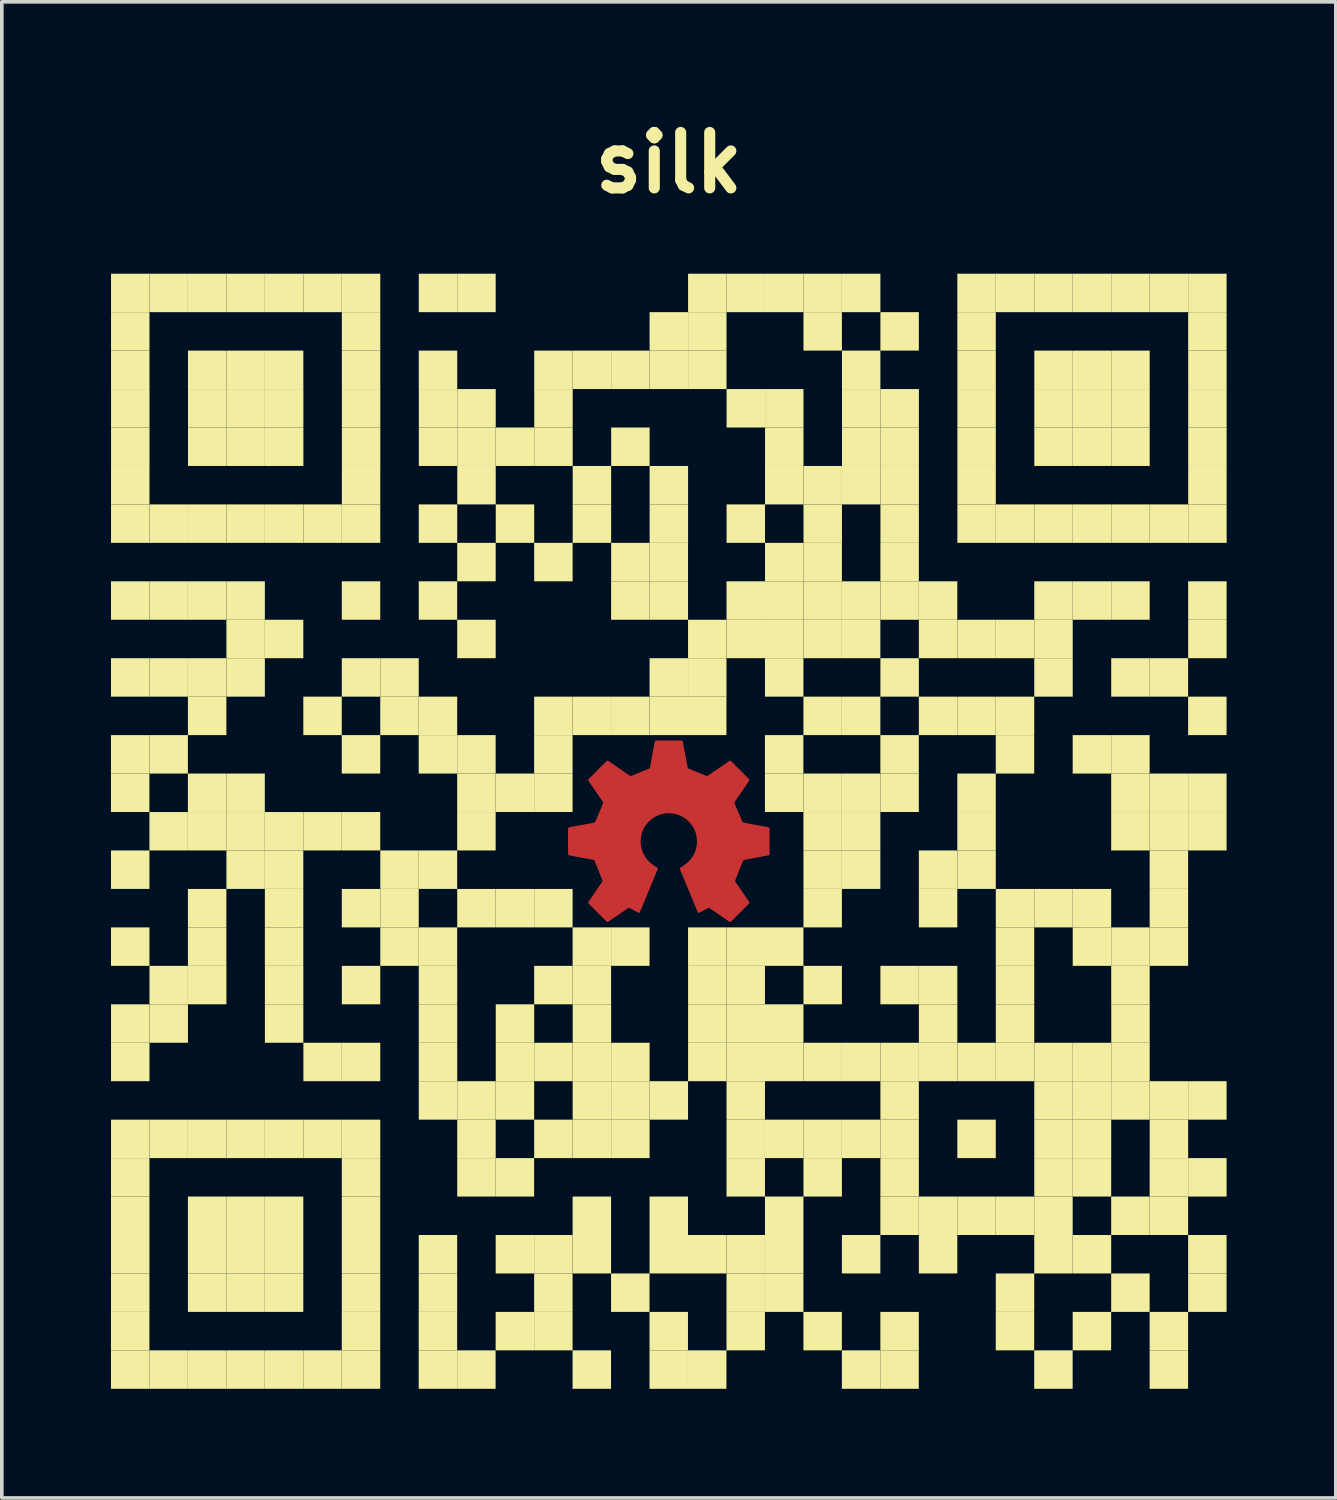
<source format=kicad_pcb>
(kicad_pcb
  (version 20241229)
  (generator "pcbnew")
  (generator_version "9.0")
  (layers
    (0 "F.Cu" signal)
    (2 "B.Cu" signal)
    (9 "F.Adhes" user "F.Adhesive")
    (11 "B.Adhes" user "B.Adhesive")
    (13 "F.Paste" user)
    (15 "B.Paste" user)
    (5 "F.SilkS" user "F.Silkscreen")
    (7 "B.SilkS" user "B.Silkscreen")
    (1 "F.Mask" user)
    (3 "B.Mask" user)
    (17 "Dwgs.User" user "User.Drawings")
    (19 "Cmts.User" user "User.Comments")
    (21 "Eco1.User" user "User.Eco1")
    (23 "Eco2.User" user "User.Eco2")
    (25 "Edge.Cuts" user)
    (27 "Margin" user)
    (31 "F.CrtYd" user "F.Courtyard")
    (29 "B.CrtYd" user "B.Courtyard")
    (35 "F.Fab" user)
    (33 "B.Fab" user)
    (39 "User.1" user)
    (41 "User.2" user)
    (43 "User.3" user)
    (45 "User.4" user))
  (footprint "silk"
    (layer "F.Cu")
    (at 15.335 19.801)
    (property "Reference" "silk" (at 0 -18.375 0) (layer "F.SilkS") (effects (font (size 1.524 1.524) (thickness 0.305))))
    (attr smd)
    (fp_poly (pts (xy -0.35 -2.493) (xy -0.366 -2.488) (xy -0.379 -2.477) (xy -0.386 -2.462) (xy -0.517 -1.759) (xy -0.523 -1.742) (xy -0.536 -1.728) (xy -0.551 -1.719) (xy -1.023 -1.526) (xy -1.04 -1.522) (xy -1.059 -1.523) (xy -1.076 -1.53) (xy -1.663 -1.933) (xy -1.679 -1.939) (xy -1.696 -1.938) (xy -1.71 -1.929) (xy -2.205 -1.434) (xy -2.214 -1.42) (xy -2.215 -1.403) (xy -2.209 -1.387) (xy -1.813 -0.81) (xy -1.806 -0.793) (xy -1.805 -0.775) (xy -1.81 -0.757) (xy -2.019 -0.271) (xy -2.028 -0.255) (xy -2.043 -0.243) (xy -2.059 -0.236) (xy -2.739 -0.11) (xy -2.755 -0.103) (xy -2.765 -0.09) (xy -2.77 -0.073) (xy -2.769 0.626) (xy -2.765 0.643) (xy -2.754 0.656) (xy -2.739 0.663) (xy -2.076 0.787) (xy -2.059 0.793) (xy -2.045 0.806) (xy -2.036 0.821) (xy -1.829 1.339) (xy -1.825 1.356) (xy -1.826 1.375) (xy -1.833 1.392) (xy -2.21 1.941) (xy -2.216 1.956) (xy -2.214 1.973) (xy -2.205 1.988) (xy -1.71 2.483) (xy -1.696 2.491) (xy -1.679 2.492) (xy -1.664 2.487) (xy -1.124 2.117) (xy -1.108 2.11) (xy -1.089 2.109) (xy -1.073 2.115) (xy -0.834 2.242) (xy -0.812 2.243) (xy -0.796 2.227) (xy -0.305 1.042) (xy -0.302 1.025) (xy -0.307 1.01) (xy -0.319 0.998) (xy -0.378 0.961) (xy -0.397 0.948) (xy -0.416 0.932) (xy -0.437 0.919) (xy -0.457 0.904) (xy -0.476 0.889) (xy -0.496 0.874) (xy -0.514 0.858) (xy -0.532 0.841) (xy -0.55 0.824) (xy -0.567 0.806) (xy -0.583 0.788) (xy -0.599 0.769) (xy -0.614 0.75) (xy -0.629 0.73) (xy -0.643 0.71) (xy -0.657 0.689) (xy -0.669 0.668) (xy -0.681 0.646) (xy -0.693 0.624) (xy -0.704 0.602) (xy -0.714 0.579) (xy -0.723 0.556) (xy -0.732 0.532) (xy -0.739 0.509) (xy -0.746 0.484) (xy -0.753 0.46) (xy -0.758 0.435) (xy -0.763 0.41) (xy -0.767 0.384) (xy -0.77 0.359) (xy -0.772 0.333) (xy -0.773 0.307) (xy -0.774 0.28) (xy -0.773 0.255) (xy -0.772 0.23) (xy -0.77 0.206) (xy -0.767 0.181) (xy -0.764 0.157) (xy -0.76 0.133) (xy -0.755 0.109) (xy -0.749 0.086) (xy -0.743 0.063) (xy -0.736 0.04) (xy -0.728 0.017) (xy -0.72 -0.005) (xy -0.711 -0.027) (xy -0.701 -0.048) (xy -0.69 -0.069) (xy -0.68 -0.09) (xy -0.668 -0.111) (xy -0.656 -0.131) (xy -0.643 -0.15) (xy -0.63 -0.17) (xy -0.616 -0.188) (xy -0.601 -0.207) (xy -0.586 -0.225) (xy -0.571 -0.242) (xy -0.555 -0.259) (xy -0.538 -0.275) (xy -0.521 -0.291) (xy -0.504 -0.307) (xy -0.486 -0.322) (xy -0.468 -0.336) (xy -0.449 -0.35) (xy -0.43 -0.363) (xy -0.41 -0.376) (xy -0.39 -0.388) (xy -0.37 -0.4) (xy -0.349 -0.411) (xy -0.328 -0.421) (xy -0.306 -0.431) (xy -0.284 -0.44) (xy -0.262 -0.448) (xy -0.239 -0.456) (xy -0.217 -0.463) (xy -0.193 -0.469) (xy -0.17 -0.475) (xy -0.146 -0.48) (xy -0.122 -0.484) (xy -0.098 -0.488) (xy -0.074 -0.49) (xy -0.049 -0.492) (xy -0.024 -0.494) (xy 0.001 -0.494) (xy 0.026 -0.494) (xy 0.051 -0.492) (xy 0.075 -0.49) (xy 0.1 -0.488) (xy 0.124 -0.484) (xy 0.148 -0.48) (xy 0.172 -0.475) (xy 0.195 -0.469) (xy 0.218 -0.463) (xy 0.241 -0.456) (xy 0.264 -0.448) (xy 0.286 -0.44) (xy 0.308 -0.431) (xy 0.329 -0.421) (xy 0.35 -0.411) (xy 0.371 -0.4) (xy 0.392 -0.388) (xy 0.412 -0.376) (xy 0.431 -0.363) (xy 0.45 -0.35) (xy 0.469 -0.336) (xy 0.488 -0.322) (xy 0.506 -0.307) (xy 0.523 -0.291) (xy 0.54 -0.275) (xy 0.556 -0.259) (xy 0.572 -0.242) (xy 0.588 -0.225) (xy 0.603 -0.207) (xy 0.617 -0.188) (xy 0.631 -0.17) (xy 0.644 -0.15) (xy 0.657 -0.131) (xy 0.669 -0.111) (xy 0.681 -0.09) (xy 0.692 -0.069) (xy 0.702 -0.048) (xy 0.712 -0.027) (xy 0.721 -0.005) (xy 0.729 0.017) (xy 0.737 0.04) (xy 0.744 0.063) (xy 0.75 0.086) (xy 0.756 0.109) (xy 0.761 0.133) (xy 0.765 0.157) (xy 0.769 0.181) (xy 0.771 0.206) (xy 0.773 0.23) (xy 0.775 0.255) (xy 0.775 0.28) (xy 0.775 0.307) (xy 0.773 0.333) (xy 0.771 0.359) (xy 0.768 0.384) (xy 0.764 0.41) (xy 0.759 0.435) (xy 0.754 0.46) (xy 0.748 0.484) (xy 0.741 0.509) (xy 0.733 0.532) (xy 0.724 0.556) (xy 0.715 0.579) (xy 0.705 0.602) (xy 0.694 0.624) (xy 0.683 0.646) (xy 0.671 0.668) (xy 0.658 0.689) (xy 0.644 0.71) (xy 0.63 0.73) (xy 0.616 0.75) (xy 0.6 0.769) (xy 0.585 0.788) (xy 0.568 0.806) (xy 0.551 0.824) (xy 0.534 0.841) (xy 0.515 0.858) (xy 0.497 0.874) (xy 0.478 0.889) (xy 0.458 0.904) (xy 0.438 0.919) (xy 0.417 0.932) (xy 0.399 0.948) (xy 0.38 0.961) (xy 0.32 0.998) (xy 0.309 1.01) (xy 0.304 1.025) (xy 0.306 1.042) (xy 0.797 2.227) (xy 0.813 2.243) (xy 0.835 2.242) (xy 1.074 2.115) (xy 1.09 2.11) (xy 1.109 2.11) (xy 1.125 2.117) (xy 1.665 2.487) (xy 1.681 2.492) (xy 1.697 2.49) (xy 1.712 2.483) (xy 2.207 1.988) (xy 2.215 1.973) (xy 2.217 1.956) (xy 2.211 1.941) (xy 1.834 1.392) (xy 1.827 1.375) (xy 1.825 1.356) (xy 1.829 1.339) (xy 2.036 0.821) (xy 2.046 0.806) (xy 2.059 0.793) (xy 2.076 0.787) (xy 2.739 0.663) (xy 2.754 0.656) (xy 2.765 0.643) (xy 2.77 0.626) (xy 2.77 -0.073) (xy 2.766 -0.089) (xy 2.754 -0.102) (xy 2.739 -0.109) (xy 2.74 -0.11) (xy 2.06 -0.236) (xy 2.043 -0.243) (xy 2.029 -0.255) (xy 2.019 -0.271) (xy 1.811 -0.757) (xy 1.806 -0.775) (xy 1.807 -0.793) (xy 1.814 -0.81) (xy 2.21 -1.387) (xy 2.215 -1.403) (xy 2.214 -1.42) (xy 2.206 -1.434) (xy 1.711 -1.929) (xy 1.696 -1.938) (xy 1.68 -1.939) (xy 1.664 -1.933) (xy 1.076 -1.53) (xy 1.06 -1.523) (xy 1.041 -1.522) (xy 1.024 -1.526) (xy 0.552 -1.719) (xy 0.536 -1.728) (xy 0.524 -1.743) (xy 0.517 -1.759) (xy 0.386 -2.462) (xy 0.379 -2.478) (xy 0.366 -2.489) (xy 0.35 -2.493) (xy -0.35 -2.493)) (stroke (width 0) (type solid)) (fill yes) (layer "F.Cu"))
    (fp_poly (pts (xy -0.35 -2.493) (xy -0.366 -2.488) (xy -0.379 -2.477) (xy -0.386 -2.462) (xy -0.517 -1.759) (xy -0.523 -1.742) (xy -0.536 -1.728) (xy -0.551 -1.719) (xy -1.023 -1.526) (xy -1.04 -1.522) (xy -1.059 -1.523) (xy -1.076 -1.53) (xy -1.663 -1.933) (xy -1.679 -1.939) (xy -1.696 -1.938) (xy -1.71 -1.929) (xy -2.205 -1.434) (xy -2.214 -1.42) (xy -2.215 -1.403) (xy -2.209 -1.387) (xy -1.813 -0.81) (xy -1.806 -0.793) (xy -1.805 -0.775) (xy -1.81 -0.757) (xy -2.019 -0.271) (xy -2.028 -0.255) (xy -2.043 -0.243) (xy -2.059 -0.236) (xy -2.739 -0.11) (xy -2.755 -0.103) (xy -2.765 -0.09) (xy -2.77 -0.073) (xy -2.769 0.626) (xy -2.765 0.643) (xy -2.754 0.656) (xy -2.739 0.663) (xy -2.076 0.787) (xy -2.059 0.793) (xy -2.045 0.806) (xy -2.036 0.821) (xy -1.829 1.339) (xy -1.825 1.356) (xy -1.826 1.375) (xy -1.833 1.392) (xy -2.21 1.941) (xy -2.216 1.956) (xy -2.214 1.973) (xy -2.205 1.988) (xy -1.71 2.483) (xy -1.696 2.491) (xy -1.679 2.492) (xy -1.664 2.487) (xy -1.124 2.117) (xy -1.108 2.11) (xy -1.089 2.109) (xy -1.073 2.115) (xy -0.834 2.242) (xy -0.812 2.243) (xy -0.796 2.227) (xy -0.305 1.042) (xy -0.302 1.025) (xy -0.307 1.01) (xy -0.319 0.998) (xy -0.378 0.961) (xy -0.397 0.948) (xy -0.416 0.932) (xy -0.437 0.919) (xy -0.457 0.904) (xy -0.476 0.889) (xy -0.496 0.874) (xy -0.514 0.858) (xy -0.532 0.841) (xy -0.55 0.824) (xy -0.567 0.806) (xy -0.583 0.788) (xy -0.599 0.769) (xy -0.614 0.75) (xy -0.629 0.73) (xy -0.643 0.71) (xy -0.657 0.689) (xy -0.669 0.668) (xy -0.681 0.646) (xy -0.693 0.624) (xy -0.704 0.602) (xy -0.714 0.579) (xy -0.723 0.556) (xy -0.732 0.532) (xy -0.739 0.509) (xy -0.746 0.484) (xy -0.753 0.46) (xy -0.758 0.435) (xy -0.763 0.41) (xy -0.767 0.384) (xy -0.77 0.359) (xy -0.772 0.333) (xy -0.773 0.306) (xy -0.774 0.28) (xy -0.773 0.255) (xy -0.772 0.23) (xy -0.77 0.206) (xy -0.767 0.181) (xy -0.764 0.157) (xy -0.76 0.133) (xy -0.755 0.109) (xy -0.749 0.086) (xy -0.743 0.063) (xy -0.736 0.04) (xy -0.728 0.017) (xy -0.72 -0.005) (xy -0.711 -0.027) (xy -0.701 -0.048) (xy -0.69 -0.069) (xy -0.68 -0.09) (xy -0.668 -0.111) (xy -0.656 -0.131) (xy -0.643 -0.15) (xy -0.63 -0.17) (xy -0.616 -0.188) (xy -0.601 -0.207) (xy -0.586 -0.225) (xy -0.571 -0.242) (xy -0.555 -0.259) (xy -0.538 -0.276) (xy -0.521 -0.291) (xy -0.504 -0.307) (xy -0.486 -0.322) (xy -0.468 -0.336) (xy -0.449 -0.35) (xy -0.43 -0.363) (xy -0.41 -0.376) (xy -0.39 -0.388) (xy -0.37 -0.4) (xy -0.349 -0.411) (xy -0.328 -0.421) (xy -0.306 -0.431) (xy -0.284 -0.44) (xy -0.262 -0.448) (xy -0.239 -0.456) (xy -0.217 -0.463) (xy -0.193 -0.469) (xy -0.17 -0.475) (xy -0.146 -0.48) (xy -0.122 -0.484) (xy -0.098 -0.488) (xy -0.074 -0.49) (xy -0.049 -0.492) (xy -0.024 -0.494) (xy 0.001 -0.494) (xy 0.026 -0.494) (xy 0.051 -0.492) (xy 0.075 -0.49) (xy 0.1 -0.488) (xy 0.124 -0.484) (xy 0.148 -0.48) (xy 0.172 -0.475) (xy 0.195 -0.469) (xy 0.218 -0.463) (xy 0.241 -0.456) (xy 0.264 -0.448) (xy 0.286 -0.44) (xy 0.308 -0.431) (xy 0.329 -0.421) (xy 0.35 -0.411) (xy 0.371 -0.4) (xy 0.392 -0.388) (xy 0.412 -0.376) (xy 0.431 -0.363) (xy 0.45 -0.35) (xy 0.469 -0.336) (xy 0.488 -0.322) (xy 0.506 -0.307) (xy 0.523 -0.291) (xy 0.54 -0.276) (xy 0.556 -0.259) (xy 0.572 -0.242) (xy 0.588 -0.225) (xy 0.603 -0.207) (xy 0.617 -0.188) (xy 0.631 -0.17) (xy 0.644 -0.15) (xy 0.657 -0.131) (xy 0.669 -0.111) (xy 0.681 -0.09) (xy 0.692 -0.069) (xy 0.702 -0.048) (xy 0.712 -0.027) (xy 0.721 -0.005) (xy 0.729 0.017) (xy 0.737 0.04) (xy 0.744 0.063) (xy 0.75 0.086) (xy 0.756 0.109) (xy 0.761 0.133) (xy 0.765 0.157) (xy 0.769 0.181) (xy 0.771 0.206) (xy 0.773 0.23) (xy 0.775 0.255) (xy 0.775 0.28) (xy 0.775 0.306) (xy 0.773 0.333) (xy 0.771 0.359) (xy 0.768 0.384) (xy 0.764 0.41) (xy 0.759 0.435) (xy 0.754 0.46) (xy 0.748 0.484) (xy 0.741 0.509) (xy 0.733 0.532) (xy 0.724 0.556) (xy 0.715 0.579) (xy 0.705 0.602) (xy 0.694 0.624) (xy 0.683 0.646) (xy 0.671 0.668) (xy 0.658 0.689) (xy 0.644 0.71) (xy 0.63 0.73) (xy 0.616 0.75) (xy 0.6 0.769) (xy 0.585 0.788) (xy 0.568 0.806) (xy 0.551 0.824) (xy 0.534 0.841) (xy 0.515 0.858) (xy 0.497 0.874) (xy 0.478 0.889) (xy 0.458 0.904) (xy 0.438 0.919) (xy 0.417 0.932) (xy 0.399 0.948) (xy 0.38 0.961) (xy 0.32 0.998) (xy 0.309 1.01) (xy 0.304 1.025) (xy 0.306 1.042) (xy 0.797 2.227) (xy 0.813 2.243) (xy 0.835 2.242) (xy 1.074 2.115) (xy 1.09 2.11) (xy 1.109 2.11) (xy 1.125 2.117) (xy 1.665 2.487) (xy 1.681 2.492) (xy 1.697 2.49) (xy 1.712 2.483) (xy 2.207 1.988) (xy 2.215 1.973) (xy 2.217 1.956) (xy 2.211 1.941) (xy 1.834 1.392) (xy 1.827 1.375) (xy 1.825 1.356) (xy 1.829 1.339) (xy 2.036 0.821) (xy 2.046 0.806) (xy 2.059 0.793) (xy 2.076 0.787) (xy 2.739 0.663) (xy 2.754 0.656) (xy 2.765 0.643) (xy 2.77 0.626) (xy 2.77 -0.073) (xy 2.766 -0.089) (xy 2.754 -0.102) (xy 2.739 -0.109) (xy 2.74 -0.11) (xy 2.06 -0.236) (xy 2.043 -0.243) (xy 2.029 -0.255) (xy 2.019 -0.271) (xy 1.811 -0.757) (xy 1.806 -0.775) (xy 1.807 -0.793) (xy 1.814 -0.81) (xy 2.21 -1.387) (xy 2.215 -1.403) (xy 2.214 -1.42) (xy 2.206 -1.434) (xy 1.711 -1.929) (xy 1.696 -1.938) (xy 1.68 -1.939) (xy 1.664 -1.933) (xy 1.076 -1.53) (xy 1.06 -1.523) (xy 1.041 -1.522) (xy 1.024 -1.526) (xy 0.552 -1.719) (xy 0.536 -1.728) (xy 0.524 -1.743) (xy 0.517 -1.759) (xy 0.386 -2.462) (xy 0.379 -2.478) (xy 0.366 -2.489) (xy 0.35 -2.493) (xy -0.35 -2.493)) (stroke (width 0) (type solid)) (fill yes) (layer "F.Mask"))
    (fp_poly (pts (xy -14.278 14.27) (xy -14.278 15.327) (xy -15.335 15.327) (xy -15.335 14.27) (xy -14.278 14.27)) (stroke (width 0) (type solid)) (fill yes) (layer "F.SilkS"))
    (fp_poly (pts (xy -14.278 -2.643) (xy -14.278 -1.586) (xy -15.335 -1.586) (xy -15.335 -2.643) (xy -14.278 -2.643)) (stroke (width 0) (type solid)) (fill yes) (layer "F.SilkS"))
    (fp_poly (pts (xy -14.278 -0.529) (xy -14.278 -1.586) (xy -15.335 -1.586) (xy -15.335 -0.529) (xy -14.278 -0.529)) (stroke (width 0) (type solid)) (fill yes) (layer "F.SilkS"))
    (fp_poly (pts (xy -14.278 13.213) (xy -14.278 14.27) (xy -15.335 14.27) (xy -15.335 13.213) (xy -14.278 13.213)) (stroke (width 0) (type solid)) (fill yes) (layer "F.SilkS"))
    (fp_poly (pts (xy -14.277 10.042) (xy -14.277 11.099) (xy -15.334 11.099) (xy -15.334 10.042) (xy -14.277 10.042)) (stroke (width 0) (type solid)) (fill yes) (layer "F.SilkS"))
    (fp_poly (pts (xy -14.277 11.099) (xy -14.277 12.156) (xy -15.334 12.156) (xy -15.334 11.099) (xy -14.277 11.099)) (stroke (width 0) (type solid)) (fill yes) (layer "F.SilkS"))
    (fp_poly (pts (xy -14.277 12.156) (xy -14.277 13.213) (xy -15.334 13.213) (xy -15.334 12.156) (xy -14.277 12.156)) (stroke (width 0) (type solid)) (fill yes) (layer "F.SilkS"))
    (fp_poly (pts (xy -14.277 -6.871) (xy -14.277 -5.814) (xy -15.334 -5.814) (xy -15.334 -6.871) (xy -14.277 -6.871)) (stroke (width 0) (type solid)) (fill yes) (layer "F.SilkS"))
    (fp_poly (pts (xy -14.277 -4.757) (xy -14.277 -3.7) (xy -15.334 -3.7) (xy -15.334 -4.757) (xy -14.277 -4.757)) (stroke (width 0) (type solid)) (fill yes) (layer "F.SilkS"))
    (fp_poly (pts (xy -14.277 1.585) (xy -14.277 0.528) (xy -15.334 0.528) (xy -15.334 1.585) (xy -14.277 1.585)) (stroke (width 0) (type solid)) (fill yes) (layer "F.SilkS"))
    (fp_poly (pts (xy -14.277 3.7) (xy -14.277 2.643) (xy -15.334 2.643) (xy -15.334 3.7) (xy -14.277 3.7)) (stroke (width 0) (type solid)) (fill yes) (layer "F.SilkS"))
    (fp_poly (pts (xy -14.277 8.985) (xy -14.277 10.042) (xy -15.334 10.042) (xy -15.334 8.985) (xy -14.277 8.985)) (stroke (width 0) (type solid)) (fill yes) (layer "F.SilkS"))
    (fp_poly (pts (xy -14.276 -14.27) (xy -14.276 -15.327) (xy -15.333 -15.327) (xy -15.333 -14.27) (xy -14.276 -14.27)) (stroke (width 0) (type solid)) (fill yes) (layer "F.SilkS"))
    (fp_poly (pts (xy -14.276 -13.213) (xy -14.276 -14.27) (xy -15.333 -14.27) (xy -15.333 -13.213) (xy -14.276 -13.213)) (stroke (width 0) (type solid)) (fill yes) (layer "F.SilkS"))
    (fp_poly (pts (xy -14.276 7.928) (xy -14.276 8.985) (xy -15.333 8.985) (xy -15.333 7.928) (xy -14.276 7.928)) (stroke (width 0) (type solid)) (fill yes) (layer "F.SilkS"))
    (fp_poly (pts (xy -14.276 -12.156) (xy -14.276 -13.213) (xy -15.333 -13.213) (xy -15.333 -12.156) (xy -14.276 -12.156)) (stroke (width 0) (type solid)) (fill yes) (layer "F.SilkS"))
    (fp_poly (pts (xy -14.276 -10.042) (xy -14.276 -8.985) (xy -15.333 -8.985) (xy -15.333 -10.042) (xy -14.276 -10.042)) (stroke (width 0) (type solid)) (fill yes) (layer "F.SilkS"))
    (fp_poly (pts (xy -14.276 -8.985) (xy -14.276 -7.928) (xy -15.333 -7.928) (xy -15.333 -8.985) (xy -14.276 -8.985)) (stroke (width 0) (type solid)) (fill yes) (layer "F.SilkS"))
    (fp_poly (pts (xy -14.276 5.814) (xy -14.276 4.757) (xy -15.333 4.757) (xy -15.333 5.814) (xy -14.276 5.814)) (stroke (width 0) (type solid)) (fill yes) (layer "F.SilkS"))
    (fp_poly (pts (xy -14.276 6.871) (xy -14.276 5.814) (xy -15.333 5.814) (xy -15.333 6.871) (xy -14.276 6.871)) (stroke (width 0) (type solid)) (fill yes) (layer "F.SilkS"))
    (fp_poly (pts (xy -14.275 -11.099) (xy -14.275 -12.156) (xy -15.332 -12.156) (xy -15.332 -11.099) (xy -14.275 -11.099)) (stroke (width 0) (type solid)) (fill yes) (layer "F.SilkS"))
    (fp_poly (pts (xy -14.275 -10.042) (xy -14.275 -11.099) (xy -15.332 -11.099) (xy -15.332 -10.042) (xy -14.275 -10.042)) (stroke (width 0) (type solid)) (fill yes) (layer "F.SilkS"))
    (fp_poly (pts (xy -13.221 14.27) (xy -13.221 15.327) (xy -14.278 15.327) (xy -14.278 14.27) (xy -13.221 14.27)) (stroke (width 0) (type solid)) (fill yes) (layer "F.SilkS"))
    (fp_poly (pts (xy -13.22 -2.643) (xy -13.22 -1.586) (xy -14.277 -1.586) (xy -14.277 -2.643) (xy -13.22 -2.643)) (stroke (width 0) (type solid)) (fill yes) (layer "F.SilkS"))
    (fp_poly (pts (xy -13.22 0.528) (xy -13.22 -0.528) (xy -14.277 -0.528) (xy -14.277 0.528) (xy -13.22 0.528)) (stroke (width 0) (type solid)) (fill yes) (layer "F.SilkS"))
    (fp_poly (pts (xy -13.219 -6.871) (xy -13.219 -5.814) (xy -14.276 -5.814) (xy -14.276 -6.871) (xy -13.219 -6.871)) (stroke (width 0) (type solid)) (fill yes) (layer "F.SilkS"))
    (fp_poly (pts (xy -13.219 -4.757) (xy -13.219 -3.7) (xy -14.276 -3.7) (xy -14.276 -4.757) (xy -13.219 -4.757)) (stroke (width 0) (type solid)) (fill yes) (layer "F.SilkS"))
    (fp_poly (pts (xy -13.219 -14.27) (xy -13.219 -15.327) (xy -14.276 -15.327) (xy -14.276 -14.27) (xy -13.219 -14.27)) (stroke (width 0) (type solid)) (fill yes) (layer "F.SilkS"))
    (fp_poly (pts (xy -13.219 4.757) (xy -13.219 3.7) (xy -14.276 3.7) (xy -14.276 4.757) (xy -13.219 4.757)) (stroke (width 0) (type solid)) (fill yes) (layer "F.SilkS"))
    (fp_poly (pts (xy -13.219 7.928) (xy -13.219 8.985) (xy -14.276 8.985) (xy -14.276 7.928) (xy -13.219 7.928)) (stroke (width 0) (type solid)) (fill yes) (layer "F.SilkS"))
    (fp_poly (pts (xy -13.218 -8.985) (xy -13.218 -7.928) (xy -14.275 -7.928) (xy -14.275 -8.985) (xy -13.218 -8.985)) (stroke (width 0) (type solid)) (fill yes) (layer "F.SilkS"))
    (fp_poly (pts (xy -13.218 5.814) (xy -13.218 4.757) (xy -14.275 4.757) (xy -14.275 5.814) (xy -13.218 5.814)) (stroke (width 0) (type solid)) (fill yes) (layer "F.SilkS"))
    (fp_poly (pts (xy -12.163 14.27) (xy -12.163 15.327) (xy -13.22 15.327) (xy -13.22 14.27) (xy -12.163 14.27)) (stroke (width 0) (type solid)) (fill yes) (layer "F.SilkS"))
    (fp_poly (pts (xy -12.163 -0.529) (xy -12.163 -1.586) (xy -13.22 -1.586) (xy -13.22 -0.529) (xy -12.163 -0.529)) (stroke (width 0) (type solid)) (fill yes) (layer "F.SilkS"))
    (fp_poly (pts (xy -12.162 -3.7) (xy -12.162 -2.643) (xy -13.219 -2.643) (xy -13.219 -3.7) (xy -12.162 -3.7)) (stroke (width 0) (type solid)) (fill yes) (layer "F.SilkS"))
    (fp_poly (pts (xy -12.162 0.528) (xy -12.162 -0.528) (xy -13.219 -0.528) (xy -13.219 0.528) (xy -12.162 0.528)) (stroke (width 0) (type solid)) (fill yes) (layer "F.SilkS"))
    (fp_poly (pts (xy -12.162 10.042) (xy -12.162 11.099) (xy -13.219 11.099) (xy -13.219 10.042) (xy -12.162 10.042)) (stroke (width 0) (type solid)) (fill yes) (layer "F.SilkS"))
    (fp_poly (pts (xy -12.162 11.099) (xy -12.162 12.156) (xy -13.219 12.156) (xy -13.219 11.099) (xy -12.162 11.099)) (stroke (width 0) (type solid)) (fill yes) (layer "F.SilkS"))
    (fp_poly (pts (xy -12.162 12.156) (xy -12.162 13.213) (xy -13.219 13.213) (xy -13.219 12.156) (xy -12.162 12.156)) (stroke (width 0) (type solid)) (fill yes) (layer "F.SilkS"))
    (fp_poly (pts (xy -12.162 -6.871) (xy -12.162 -5.814) (xy -13.219 -5.814) (xy -13.219 -6.871) (xy -12.162 -6.871)) (stroke (width 0) (type solid)) (fill yes) (layer "F.SilkS"))
    (fp_poly (pts (xy -12.162 -4.757) (xy -12.162 -3.7) (xy -13.219 -3.7) (xy -13.219 -4.757) (xy -12.162 -4.757)) (stroke (width 0) (type solid)) (fill yes) (layer "F.SilkS"))
    (fp_poly (pts (xy -12.162 2.643) (xy -12.162 1.586) (xy -13.219 1.586) (xy -13.219 2.643) (xy -12.162 2.643)) (stroke (width 0) (type solid)) (fill yes) (layer "F.SilkS"))
    (fp_poly (pts (xy -12.162 3.7) (xy -12.162 2.643) (xy -13.219 2.643) (xy -13.219 3.7) (xy -12.162 3.7)) (stroke (width 0) (type solid)) (fill yes) (layer "F.SilkS"))
    (fp_poly (pts (xy -12.161 -14.27) (xy -12.161 -15.327) (xy -13.218 -15.327) (xy -13.218 -14.27) (xy -12.161 -14.27)) (stroke (width 0) (type solid)) (fill yes) (layer "F.SilkS"))
    (fp_poly (pts (xy -12.161 4.757) (xy -12.161 3.7) (xy -13.218 3.7) (xy -13.218 4.757) (xy -12.161 4.757)) (stroke (width 0) (type solid)) (fill yes) (layer "F.SilkS"))
    (fp_poly (pts (xy -12.161 7.928) (xy -12.161 8.985) (xy -13.218 8.985) (xy -13.218 7.928) (xy -12.161 7.928)) (stroke (width 0) (type solid)) (fill yes) (layer "F.SilkS"))
    (fp_poly (pts (xy -12.161 -12.156) (xy -12.161 -13.213) (xy -13.218 -13.213) (xy -13.218 -12.156) (xy -12.161 -12.156)) (stroke (width 0) (type solid)) (fill yes) (layer "F.SilkS"))
    (fp_poly (pts (xy -12.161 -8.985) (xy -12.161 -7.928) (xy -13.218 -7.928) (xy -13.218 -8.985) (xy -12.161 -8.985)) (stroke (width 0) (type solid)) (fill yes) (layer "F.SilkS"))
    (fp_poly (pts (xy -12.16 -11.099) (xy -12.16 -12.156) (xy -13.217 -12.156) (xy -13.217 -11.099) (xy -12.16 -11.099)) (stroke (width 0) (type solid)) (fill yes) (layer "F.SilkS"))
    (fp_poly (pts (xy -12.16 -10.042) (xy -12.16 -11.099) (xy -13.217 -11.099) (xy -13.217 -10.042) (xy -12.16 -10.042)) (stroke (width 0) (type solid)) (fill yes) (layer "F.SilkS"))
    (fp_poly (pts (xy -11.106 14.27) (xy -11.106 15.327) (xy -12.163 15.327) (xy -12.163 14.27) (xy -11.106 14.27)) (stroke (width 0) (type solid)) (fill yes) (layer "F.SilkS"))
    (fp_poly (pts (xy -11.105 -0.529) (xy -11.105 -1.586) (xy -12.162 -1.586) (xy -12.162 -0.529) (xy -11.105 -0.529)) (stroke (width 0) (type solid)) (fill yes) (layer "F.SilkS"))
    (fp_poly (pts (xy -11.105 0.528) (xy -11.105 -0.528) (xy -12.162 -0.528) (xy -12.162 0.528) (xy -11.105 0.528)) (stroke (width 0) (type solid)) (fill yes) (layer "F.SilkS"))
    (fp_poly (pts (xy -11.105 10.042) (xy -11.105 11.099) (xy -12.162 11.099) (xy -12.162 10.042) (xy -11.105 10.042)) (stroke (width 0) (type solid)) (fill yes) (layer "F.SilkS"))
    (fp_poly (pts (xy -11.105 11.099) (xy -11.105 12.156) (xy -12.162 12.156) (xy -12.162 11.099) (xy -11.105 11.099)) (stroke (width 0) (type solid)) (fill yes) (layer "F.SilkS"))
    (fp_poly (pts (xy -11.105 12.156) (xy -11.105 13.213) (xy -12.162 13.213) (xy -12.162 12.156) (xy -11.105 12.156)) (stroke (width 0) (type solid)) (fill yes) (layer "F.SilkS"))
    (fp_poly (pts (xy -11.104 -6.871) (xy -11.104 -5.814) (xy -12.161 -5.814) (xy -12.161 -6.871) (xy -11.104 -6.871)) (stroke (width 0) (type solid)) (fill yes) (layer "F.SilkS"))
    (fp_poly (pts (xy -11.104 -5.814) (xy -11.104 -4.757) (xy -12.161 -4.757) (xy -12.161 -5.814) (xy -11.104 -5.814)) (stroke (width 0) (type solid)) (fill yes) (layer "F.SilkS"))
    (fp_poly (pts (xy -11.104 -4.757) (xy -11.104 -3.7) (xy -12.161 -3.7) (xy -12.161 -4.757) (xy -11.104 -4.757)) (stroke (width 0) (type solid)) (fill yes) (layer "F.SilkS"))
    (fp_poly (pts (xy -11.104 1.585) (xy -11.104 0.528) (xy -12.161 0.528) (xy -12.161 1.585) (xy -11.104 1.585)) (stroke (width 0) (type solid)) (fill yes) (layer "F.SilkS"))
    (fp_poly (pts (xy -11.104 -14.27) (xy -11.104 -15.327) (xy -12.161 -15.327) (xy -12.161 -14.27) (xy -11.104 -14.27)) (stroke (width 0) (type solid)) (fill yes) (layer "F.SilkS"))
    (fp_poly (pts (xy -11.104 7.928) (xy -11.104 8.985) (xy -12.161 8.985) (xy -12.161 7.928) (xy -11.104 7.928)) (stroke (width 0) (type solid)) (fill yes) (layer "F.SilkS"))
    (fp_poly (pts (xy -11.103 -12.156) (xy -11.103 -13.213) (xy -12.16 -13.213) (xy -12.16 -12.156) (xy -11.103 -12.156)) (stroke (width 0) (type solid)) (fill yes) (layer "F.SilkS"))
    (fp_poly (pts (xy -11.103 -8.985) (xy -11.103 -7.928) (xy -12.16 -7.928) (xy -12.16 -8.985) (xy -11.103 -8.985)) (stroke (width 0) (type solid)) (fill yes) (layer "F.SilkS"))
    (fp_poly (pts (xy -11.103 -11.099) (xy -11.103 -12.156) (xy -12.16 -12.156) (xy -12.16 -11.099) (xy -11.103 -11.099)) (stroke (width 0) (type solid)) (fill yes) (layer "F.SilkS"))
    (fp_poly (pts (xy -11.103 -10.042) (xy -11.103 -11.099) (xy -12.16 -11.099) (xy -12.16 -10.042) (xy -11.103 -10.042)) (stroke (width 0) (type solid)) (fill yes) (layer "F.SilkS"))
    (fp_poly (pts (xy -10.048 14.27) (xy -10.048 15.327) (xy -11.105 15.327) (xy -11.105 14.27) (xy -10.048 14.27)) (stroke (width 0) (type solid)) (fill yes) (layer "F.SilkS"))
    (fp_poly (pts (xy -10.047 0.528) (xy -10.047 -0.528) (xy -11.104 -0.528) (xy -11.104 0.528) (xy -10.047 0.528)) (stroke (width 0) (type solid)) (fill yes) (layer "F.SilkS"))
    (fp_poly (pts (xy -10.047 10.042) (xy -10.047 11.099) (xy -11.104 11.099) (xy -11.104 10.042) (xy -10.047 10.042)) (stroke (width 0) (type solid)) (fill yes) (layer "F.SilkS"))
    (fp_poly (pts (xy -10.047 11.099) (xy -10.047 12.156) (xy -11.104 12.156) (xy -11.104 11.099) (xy -10.047 11.099)) (stroke (width 0) (type solid)) (fill yes) (layer "F.SilkS"))
    (fp_poly (pts (xy -10.047 12.156) (xy -10.047 13.213) (xy -11.104 13.213) (xy -11.104 12.156) (xy -10.047 12.156)) (stroke (width 0) (type solid)) (fill yes) (layer "F.SilkS"))
    (fp_poly (pts (xy -10.047 -5.814) (xy -10.047 -4.757) (xy -11.104 -4.757) (xy -11.104 -5.814) (xy -10.047 -5.814)) (stroke (width 0) (type solid)) (fill yes) (layer "F.SilkS"))
    (fp_poly (pts (xy -10.047 1.585) (xy -10.047 0.528) (xy -11.104 0.528) (xy -11.104 1.585) (xy -10.047 1.585)) (stroke (width 0) (type solid)) (fill yes) (layer "F.SilkS"))
    (fp_poly (pts (xy -10.047 2.643) (xy -10.047 1.586) (xy -11.104 1.586) (xy -11.104 2.643) (xy -10.047 2.643)) (stroke (width 0) (type solid)) (fill yes) (layer "F.SilkS"))
    (fp_poly (pts (xy -10.047 3.7) (xy -10.047 2.643) (xy -11.104 2.643) (xy -11.104 3.7) (xy -10.047 3.7)) (stroke (width 0) (type solid)) (fill yes) (layer "F.SilkS"))
    (fp_poly (pts (xy -10.046 -14.27) (xy -10.046 -15.327) (xy -11.103 -15.327) (xy -11.103 -14.27) (xy -10.046 -14.27)) (stroke (width 0) (type solid)) (fill yes) (layer "F.SilkS"))
    (fp_poly (pts (xy -10.046 4.757) (xy -10.046 3.7) (xy -11.103 3.7) (xy -11.103 4.757) (xy -10.046 4.757)) (stroke (width 0) (type solid)) (fill yes) (layer "F.SilkS"))
    (fp_poly (pts (xy -10.046 7.928) (xy -10.046 8.985) (xy -11.103 8.985) (xy -11.103 7.928) (xy -10.046 7.928)) (stroke (width 0) (type solid)) (fill yes) (layer "F.SilkS"))
    (fp_poly (pts (xy -10.046 -12.156) (xy -10.046 -13.213) (xy -11.103 -13.213) (xy -11.103 -12.156) (xy -10.046 -12.156)) (stroke (width 0) (type solid)) (fill yes) (layer "F.SilkS"))
    (fp_poly (pts (xy -10.046 -8.985) (xy -10.046 -7.928) (xy -11.103 -7.928) (xy -11.103 -8.985) (xy -10.046 -8.985)) (stroke (width 0) (type solid)) (fill yes) (layer "F.SilkS"))
    (fp_poly (pts (xy -10.046 5.814) (xy -10.046 4.757) (xy -11.103 4.757) (xy -11.103 5.814) (xy -10.046 5.814)) (stroke (width 0) (type solid)) (fill yes) (layer "F.SilkS"))
    (fp_poly (pts (xy -10.045 -11.099) (xy -10.045 -12.156) (xy -11.102 -12.156) (xy -11.102 -11.099) (xy -10.045 -11.099)) (stroke (width 0) (type solid)) (fill yes) (layer "F.SilkS"))
    (fp_poly (pts (xy -10.045 -10.042) (xy -10.045 -11.099) (xy -11.102 -11.099) (xy -11.102 -10.042) (xy -10.045 -10.042)) (stroke (width 0) (type solid)) (fill yes) (layer "F.SilkS"))
    (fp_poly (pts (xy -8.991 14.27) (xy -8.991 15.327) (xy -10.048 15.327) (xy -10.048 14.27) (xy -8.991 14.27)) (stroke (width 0) (type solid)) (fill yes) (layer "F.SilkS"))
    (fp_poly (pts (xy -8.99 -3.7) (xy -8.99 -2.643) (xy -10.047 -2.643) (xy -10.047 -3.7) (xy -8.99 -3.7)) (stroke (width 0) (type solid)) (fill yes) (layer "F.SilkS"))
    (fp_poly (pts (xy -8.99 0.528) (xy -8.99 -0.528) (xy -10.047 -0.528) (xy -10.047 0.528) (xy -8.99 0.528)) (stroke (width 0) (type solid)) (fill yes) (layer "F.SilkS"))
    (fp_poly (pts (xy -8.989 -14.27) (xy -8.989 -15.327) (xy -10.046 -15.327) (xy -10.046 -14.27) (xy -8.989 -14.27)) (stroke (width 0) (type solid)) (fill yes) (layer "F.SilkS"))
    (fp_poly (pts (xy -8.989 7.928) (xy -8.989 8.985) (xy -10.046 8.985) (xy -10.046 7.928) (xy -8.989 7.928)) (stroke (width 0) (type solid)) (fill yes) (layer "F.SilkS"))
    (fp_poly (pts (xy -8.988 -8.985) (xy -8.988 -7.928) (xy -10.045 -7.928) (xy -10.045 -8.985) (xy -8.988 -8.985)) (stroke (width 0) (type solid)) (fill yes) (layer "F.SilkS"))
    (fp_poly (pts (xy -8.988 6.871) (xy -8.988 5.814) (xy -10.045 5.814) (xy -10.045 6.871) (xy -8.988 6.871)) (stroke (width 0) (type solid)) (fill yes) (layer "F.SilkS"))
    (fp_poly (pts (xy -7.933 14.27) (xy -7.933 15.327) (xy -8.99 15.327) (xy -8.99 14.27) (xy -7.933 14.27)) (stroke (width 0) (type solid)) (fill yes) (layer "F.SilkS"))
    (fp_poly (pts (xy -7.933 -2.643) (xy -7.933 -1.586) (xy -8.99 -1.586) (xy -8.99 -2.643) (xy -7.933 -2.643)) (stroke (width 0) (type solid)) (fill yes) (layer "F.SilkS"))
    (fp_poly (pts (xy -7.933 13.213) (xy -7.933 14.27) (xy -8.99 14.27) (xy -8.99 13.213) (xy -7.933 13.213)) (stroke (width 0) (type solid)) (fill yes) (layer "F.SilkS"))
    (fp_poly (pts (xy -7.932 0.528) (xy -7.932 -0.528) (xy -8.989 -0.528) (xy -8.989 0.528) (xy -7.932 0.528)) (stroke (width 0) (type solid)) (fill yes) (layer "F.SilkS"))
    (fp_poly (pts (xy -7.932 10.042) (xy -7.932 11.099) (xy -8.989 11.099) (xy -8.989 10.042) (xy -7.932 10.042)) (stroke (width 0) (type solid)) (fill yes) (layer "F.SilkS"))
    (fp_poly (pts (xy -7.932 11.099) (xy -7.932 12.156) (xy -8.989 12.156) (xy -8.989 11.099) (xy -7.932 11.099)) (stroke (width 0) (type solid)) (fill yes) (layer "F.SilkS"))
    (fp_poly (pts (xy -7.932 12.156) (xy -7.932 13.213) (xy -8.989 13.213) (xy -8.989 12.156) (xy -7.932 12.156)) (stroke (width 0) (type solid)) (fill yes) (layer "F.SilkS"))
    (fp_poly (pts (xy -7.932 -6.871) (xy -7.932 -5.814) (xy -8.989 -5.814) (xy -8.989 -6.871) (xy -7.932 -6.871)) (stroke (width 0) (type solid)) (fill yes) (layer "F.SilkS"))
    (fp_poly (pts (xy -7.932 -4.757) (xy -7.932 -3.7) (xy -8.989 -3.7) (xy -8.989 -4.757) (xy -7.932 -4.757)) (stroke (width 0) (type solid)) (fill yes) (layer "F.SilkS"))
    (fp_poly (pts (xy -7.932 2.643) (xy -7.932 1.586) (xy -8.989 1.586) (xy -8.989 2.643) (xy -7.932 2.643)) (stroke (width 0) (type solid)) (fill yes) (layer "F.SilkS"))
    (fp_poly (pts (xy -7.932 8.985) (xy -7.932 10.042) (xy -8.989 10.042) (xy -8.989 8.985) (xy -7.932 8.985)) (stroke (width 0) (type solid)) (fill yes) (layer "F.SilkS"))
    (fp_poly (pts (xy -7.931 -14.27) (xy -7.931 -15.327) (xy -8.988 -15.327) (xy -8.988 -14.27) (xy -7.931 -14.27)) (stroke (width 0) (type solid)) (fill yes) (layer "F.SilkS"))
    (fp_poly (pts (xy -7.931 -13.213) (xy -7.931 -14.27) (xy -8.988 -14.27) (xy -8.988 -13.213) (xy -7.931 -13.213)) (stroke (width 0) (type solid)) (fill yes) (layer "F.SilkS"))
    (fp_poly (pts (xy -7.931 4.757) (xy -7.931 3.7) (xy -8.988 3.7) (xy -8.988 4.757) (xy -7.931 4.757)) (stroke (width 0) (type solid)) (fill yes) (layer "F.SilkS"))
    (fp_poly (pts (xy -7.931 7.928) (xy -7.931 8.985) (xy -8.988 8.985) (xy -8.988 7.928) (xy -7.931 7.928)) (stroke (width 0) (type solid)) (fill yes) (layer "F.SilkS"))
    (fp_poly (pts (xy -7.931 -12.156) (xy -7.931 -13.213) (xy -8.988 -13.213) (xy -8.988 -12.156) (xy -7.931 -12.156)) (stroke (width 0) (type solid)) (fill yes) (layer "F.SilkS"))
    (fp_poly (pts (xy -7.931 -10.042) (xy -7.931 -8.985) (xy -8.988 -8.985) (xy -8.988 -10.042) (xy -7.931 -10.042)) (stroke (width 0) (type solid)) (fill yes) (layer "F.SilkS"))
    (fp_poly (pts (xy -7.931 -8.985) (xy -7.931 -7.928) (xy -8.988 -7.928) (xy -8.988 -8.985) (xy -7.931 -8.985)) (stroke (width 0) (type solid)) (fill yes) (layer "F.SilkS"))
    (fp_poly (pts (xy -7.931 6.871) (xy -7.931 5.814) (xy -8.988 5.814) (xy -8.988 6.871) (xy -7.931 6.871)) (stroke (width 0) (type solid)) (fill yes) (layer "F.SilkS"))
    (fp_poly (pts (xy -7.93 -11.099) (xy -7.93 -12.156) (xy -8.987 -12.156) (xy -8.987 -11.099) (xy -7.93 -11.099)) (stroke (width 0) (type solid)) (fill yes) (layer "F.SilkS"))
    (fp_poly (pts (xy -7.93 -10.042) (xy -7.93 -11.099) (xy -8.987 -11.099) (xy -8.987 -10.042) (xy -7.93 -10.042)) (stroke (width 0) (type solid)) (fill yes) (layer "F.SilkS"))
    (fp_poly (pts (xy -6.875 -3.7) (xy -6.875 -2.643) (xy -7.932 -2.643) (xy -7.932 -3.7) (xy -6.875 -3.7)) (stroke (width 0) (type solid)) (fill yes) (layer "F.SilkS"))
    (fp_poly (pts (xy -6.874 -4.757) (xy -6.874 -3.7) (xy -7.931 -3.7) (xy -7.931 -4.757) (xy -6.874 -4.757)) (stroke (width 0) (type solid)) (fill yes) (layer "F.SilkS"))
    (fp_poly (pts (xy -6.874 1.585) (xy -6.874 0.528) (xy -7.931 0.528) (xy -7.931 1.585) (xy -6.874 1.585)) (stroke (width 0) (type solid)) (fill yes) (layer "F.SilkS"))
    (fp_poly (pts (xy -6.874 2.643) (xy -6.874 1.586) (xy -7.931 1.586) (xy -7.931 2.643) (xy -6.874 2.643)) (stroke (width 0) (type solid)) (fill yes) (layer "F.SilkS"))
    (fp_poly (pts (xy -6.874 3.7) (xy -6.874 2.643) (xy -7.931 2.643) (xy -7.931 3.7) (xy -6.874 3.7)) (stroke (width 0) (type solid)) (fill yes) (layer "F.SilkS"))
    (fp_poly (pts (xy -5.818 14.27) (xy -5.818 15.327) (xy -6.875 15.327) (xy -6.875 14.27) (xy -5.818 14.27)) (stroke (width 0) (type solid)) (fill yes) (layer "F.SilkS"))
    (fp_poly (pts (xy -5.818 -2.643) (xy -5.818 -1.586) (xy -6.875 -1.586) (xy -6.875 -2.643) (xy -5.818 -2.643)) (stroke (width 0) (type solid)) (fill yes) (layer "F.SilkS"))
    (fp_poly (pts (xy -5.818 13.213) (xy -5.818 14.27) (xy -6.875 14.27) (xy -6.875 13.213) (xy -5.818 13.213)) (stroke (width 0) (type solid)) (fill yes) (layer "F.SilkS"))
    (fp_poly (pts (xy -5.817 -3.7) (xy -5.817 -2.643) (xy -6.874 -2.643) (xy -6.874 -3.7) (xy -5.817 -3.7)) (stroke (width 0) (type solid)) (fill yes) (layer "F.SilkS"))
    (fp_poly (pts (xy -5.817 11.099) (xy -5.817 12.156) (xy -6.874 12.156) (xy -6.874 11.099) (xy -5.817 11.099)) (stroke (width 0) (type solid)) (fill yes) (layer "F.SilkS"))
    (fp_poly (pts (xy -5.817 12.156) (xy -5.817 13.213) (xy -6.874 13.213) (xy -6.874 12.156) (xy -5.817 12.156)) (stroke (width 0) (type solid)) (fill yes) (layer "F.SilkS"))
    (fp_poly (pts (xy -5.817 -6.871) (xy -5.817 -5.814) (xy -6.874 -5.814) (xy -6.874 -6.871) (xy -5.817 -6.871)) (stroke (width 0) (type solid)) (fill yes) (layer "F.SilkS"))
    (fp_poly (pts (xy -5.817 1.585) (xy -5.817 0.528) (xy -6.874 0.528) (xy -6.874 1.585) (xy -5.817 1.585)) (stroke (width 0) (type solid)) (fill yes) (layer "F.SilkS"))
    (fp_poly (pts (xy -5.817 3.7) (xy -5.817 2.643) (xy -6.874 2.643) (xy -6.874 3.7) (xy -5.817 3.7)) (stroke (width 0) (type solid)) (fill yes) (layer "F.SilkS"))
    (fp_poly (pts (xy -5.816 -14.27) (xy -5.816 -15.327) (xy -6.873 -15.327) (xy -6.873 -14.27) (xy -5.816 -14.27)) (stroke (width 0) (type solid)) (fill yes) (layer "F.SilkS"))
    (fp_poly (pts (xy -5.816 4.757) (xy -5.816 3.7) (xy -6.873 3.7) (xy -6.873 4.757) (xy -5.816 4.757)) (stroke (width 0) (type solid)) (fill yes) (layer "F.SilkS"))
    (fp_poly (pts (xy -5.816 6.871) (xy -5.816 7.928) (xy -6.873 7.928) (xy -6.873 6.871) (xy -5.816 6.871)) (stroke (width 0) (type solid)) (fill yes) (layer "F.SilkS"))
    (fp_poly (pts (xy -5.816 -12.156) (xy -5.816 -13.213) (xy -6.873 -13.213) (xy -6.873 -12.156) (xy -5.816 -12.156)) (stroke (width 0) (type solid)) (fill yes) (layer "F.SilkS"))
    (fp_poly (pts (xy -5.816 -8.985) (xy -5.816 -7.928) (xy -6.873 -7.928) (xy -6.873 -8.985) (xy -5.816 -8.985)) (stroke (width 0) (type solid)) (fill yes) (layer "F.SilkS"))
    (fp_poly (pts (xy -5.816 5.814) (xy -5.816 4.757) (xy -6.873 4.757) (xy -6.873 5.814) (xy -5.816 5.814)) (stroke (width 0) (type solid)) (fill yes) (layer "F.SilkS"))
    (fp_poly (pts (xy -5.816 6.871) (xy -5.816 5.814) (xy -6.873 5.814) (xy -6.873 6.871) (xy -5.816 6.871)) (stroke (width 0) (type solid)) (fill yes) (layer "F.SilkS"))
    (fp_poly (pts (xy -5.815 -11.099) (xy -5.815 -12.156) (xy -6.872 -12.156) (xy -6.872 -11.099) (xy -5.815 -11.099)) (stroke (width 0) (type solid)) (fill yes) (layer "F.SilkS"))
    (fp_poly (pts (xy -5.815 -10.042) (xy -5.815 -11.099) (xy -6.872 -11.099) (xy -6.872 -10.042) (xy -5.815 -10.042)) (stroke (width 0) (type solid)) (fill yes) (layer "F.SilkS"))
    (fp_poly (pts (xy -4.761 14.27) (xy -4.761 15.327) (xy -5.818 15.327) (xy -5.818 14.27) (xy -4.761 14.27)) (stroke (width 0) (type solid)) (fill yes) (layer "F.SilkS"))
    (fp_poly (pts (xy -4.76 -2.643) (xy -4.76 -1.586) (xy -5.817 -1.586) (xy -5.817 -2.643) (xy -4.76 -2.643)) (stroke (width 0) (type solid)) (fill yes) (layer "F.SilkS"))
    (fp_poly (pts (xy -4.76 -0.529) (xy -4.76 -1.586) (xy -5.817 -1.586) (xy -5.817 -0.529) (xy -4.76 -0.529)) (stroke (width 0) (type solid)) (fill yes) (layer "F.SilkS"))
    (fp_poly (pts (xy -4.76 0.528) (xy -4.76 -0.528) (xy -5.817 -0.528) (xy -5.817 0.528) (xy -4.76 0.528)) (stroke (width 0) (type solid)) (fill yes) (layer "F.SilkS"))
    (fp_poly (pts (xy -4.759 -5.814) (xy -4.759 -4.757) (xy -5.816 -4.757) (xy -5.816 -5.814) (xy -4.759 -5.814)) (stroke (width 0) (type solid)) (fill yes) (layer "F.SilkS"))
    (fp_poly (pts (xy -4.759 2.643) (xy -4.759 1.586) (xy -5.816 1.586) (xy -5.816 2.643) (xy -4.759 2.643)) (stroke (width 0) (type solid)) (fill yes) (layer "F.SilkS"))
    (fp_poly (pts (xy -4.759 8.985) (xy -4.759 10.042) (xy -5.816 10.042) (xy -5.816 8.985) (xy -4.759 8.985)) (stroke (width 0) (type solid)) (fill yes) (layer "F.SilkS"))
    (fp_poly (pts (xy -4.759 -14.27) (xy -4.759 -15.327) (xy -5.816 -15.327) (xy -5.816 -14.27) (xy -4.759 -14.27)) (stroke (width 0) (type solid)) (fill yes) (layer "F.SilkS"))
    (fp_poly (pts (xy -4.759 -7.928) (xy -4.759 -6.871) (xy -5.816 -6.871) (xy -5.816 -7.928) (xy -4.759 -7.928)) (stroke (width 0) (type solid)) (fill yes) (layer "F.SilkS"))
    (fp_poly (pts (xy -4.759 6.871) (xy -4.759 7.928) (xy -5.816 7.928) (xy -5.816 6.871) (xy -4.759 6.871)) (stroke (width 0) (type solid)) (fill yes) (layer "F.SilkS"))
    (fp_poly (pts (xy -4.759 7.928) (xy -4.759 8.985) (xy -5.816 8.985) (xy -5.816 7.928) (xy -4.759 7.928)) (stroke (width 0) (type solid)) (fill yes) (layer "F.SilkS"))
    (fp_poly (pts (xy -4.758 -10.042) (xy -4.758 -8.985) (xy -5.815 -8.985) (xy -5.815 -10.042) (xy -4.758 -10.042)) (stroke (width 0) (type solid)) (fill yes) (layer "F.SilkS"))
    (fp_poly (pts (xy -4.758 -11.099) (xy -4.758 -12.156) (xy -5.815 -12.156) (xy -5.815 -11.099) (xy -4.758 -11.099)) (stroke (width 0) (type solid)) (fill yes) (layer "F.SilkS"))
    (fp_poly (pts (xy -4.758 -10.042) (xy -4.758 -11.099) (xy -5.815 -11.099) (xy -5.815 -10.042) (xy -4.758 -10.042)) (stroke (width 0) (type solid)) (fill yes) (layer "F.SilkS"))
    (fp_poly (pts (xy -3.703 -0.529) (xy -3.703 -1.586) (xy -4.76 -1.586) (xy -4.76 -0.529) (xy -3.703 -0.529)) (stroke (width 0) (type solid)) (fill yes) (layer "F.SilkS"))
    (fp_poly (pts (xy -3.703 13.213) (xy -3.703 14.27) (xy -4.76 14.27) (xy -4.76 13.213) (xy -3.703 13.213)) (stroke (width 0) (type solid)) (fill yes) (layer "F.SilkS"))
    (fp_poly (pts (xy -3.702 11.099) (xy -3.702 12.156) (xy -4.759 12.156) (xy -4.759 11.099) (xy -3.702 11.099)) (stroke (width 0) (type solid)) (fill yes) (layer "F.SilkS"))
    (fp_poly (pts (xy -3.702 2.643) (xy -3.702 1.586) (xy -4.759 1.586) (xy -4.759 2.643) (xy -3.702 2.643)) (stroke (width 0) (type solid)) (fill yes) (layer "F.SilkS"))
    (fp_poly (pts (xy -3.702 8.985) (xy -3.702 10.042) (xy -4.759 10.042) (xy -4.759 8.985) (xy -3.702 8.985)) (stroke (width 0) (type solid)) (fill yes) (layer "F.SilkS"))
    (fp_poly (pts (xy -3.701 6.871) (xy -3.701 7.928) (xy -4.758 7.928) (xy -4.758 6.871) (xy -3.701 6.871)) (stroke (width 0) (type solid)) (fill yes) (layer "F.SilkS"))
    (fp_poly (pts (xy -3.7 -8.985) (xy -3.7 -7.928) (xy -4.757 -7.928) (xy -4.757 -8.985) (xy -3.7 -8.985)) (stroke (width 0) (type solid)) (fill yes) (layer "F.SilkS"))
    (fp_poly (pts (xy -3.7 5.814) (xy -3.7 4.757) (xy -4.757 4.757) (xy -4.757 5.814) (xy -3.7 5.814)) (stroke (width 0) (type solid)) (fill yes) (layer "F.SilkS"))
    (fp_poly (pts (xy -3.7 6.871) (xy -3.7 5.814) (xy -4.757 5.814) (xy -4.757 6.871) (xy -3.7 6.871)) (stroke (width 0) (type solid)) (fill yes) (layer "F.SilkS"))
    (fp_poly (pts (xy -3.7 -10.042) (xy -3.7 -11.099) (xy -4.757 -11.099) (xy -4.757 -10.042) (xy -3.7 -10.042)) (stroke (width 0) (type solid)) (fill yes) (layer "F.SilkS"))
    (fp_poly (pts (xy -2.645 -2.643) (xy -2.645 -1.586) (xy -3.702 -1.586) (xy -3.702 -2.643) (xy -2.645 -2.643)) (stroke (width 0) (type solid)) (fill yes) (layer "F.SilkS"))
    (fp_poly (pts (xy -2.645 -0.529) (xy -2.645 -1.586) (xy -3.702 -1.586) (xy -3.702 -0.529) (xy -2.645 -0.529)) (stroke (width 0) (type solid)) (fill yes) (layer "F.SilkS"))
    (fp_poly (pts (xy -2.645 13.213) (xy -2.645 14.27) (xy -3.702 14.27) (xy -3.702 13.213) (xy -2.645 13.213)) (stroke (width 0) (type solid)) (fill yes) (layer "F.SilkS"))
    (fp_poly (pts (xy -2.645 -3.7) (xy -2.645 -2.643) (xy -3.702 -2.643) (xy -3.702 -3.7) (xy -2.645 -3.7)) (stroke (width 0) (type solid)) (fill yes) (layer "F.SilkS"))
    (fp_poly (pts (xy -2.645 11.099) (xy -2.645 12.156) (xy -3.702 12.156) (xy -3.702 11.099) (xy -2.645 11.099)) (stroke (width 0) (type solid)) (fill yes) (layer "F.SilkS"))
    (fp_poly (pts (xy -2.645 12.156) (xy -2.645 13.213) (xy -3.702 13.213) (xy -3.702 12.156) (xy -2.645 12.156)) (stroke (width 0) (type solid)) (fill yes) (layer "F.SilkS"))
    (fp_poly (pts (xy -2.644 2.643) (xy -2.644 1.586) (xy -3.701 1.586) (xy -3.701 2.643) (xy -2.644 2.643)) (stroke (width 0) (type solid)) (fill yes) (layer "F.SilkS"))
    (fp_poly (pts (xy -2.644 -7.928) (xy -2.644 -6.871) (xy -3.701 -6.871) (xy -3.701 -7.928) (xy -2.644 -7.928)) (stroke (width 0) (type solid)) (fill yes) (layer "F.SilkS"))
    (fp_poly (pts (xy -2.644 4.757) (xy -2.644 3.7) (xy -3.701 3.7) (xy -3.701 4.757) (xy -2.644 4.757)) (stroke (width 0) (type solid)) (fill yes) (layer "F.SilkS"))
    (fp_poly (pts (xy -2.644 7.928) (xy -2.644 8.985) (xy -3.701 8.985) (xy -3.701 7.928) (xy -2.644 7.928)) (stroke (width 0) (type solid)) (fill yes) (layer "F.SilkS"))
    (fp_poly (pts (xy -2.643 -12.156) (xy -2.643 -13.213) (xy -3.7 -13.213) (xy -3.7 -12.156) (xy -2.643 -12.156)) (stroke (width 0) (type solid)) (fill yes) (layer "F.SilkS"))
    (fp_poly (pts (xy -2.643 6.871) (xy -2.643 5.814) (xy -3.7 5.814) (xy -3.7 6.871) (xy -2.643 6.871)) (stroke (width 0) (type solid)) (fill yes) (layer "F.SilkS"))
    (fp_poly (pts (xy -2.642 -11.099) (xy -2.642 -12.156) (xy -3.699 -12.156) (xy -3.699 -11.099) (xy -2.642 -11.099)) (stroke (width 0) (type solid)) (fill yes) (layer "F.SilkS"))
    (fp_poly (pts (xy -2.642 -10.042) (xy -2.642 -11.099) (xy -3.699 -11.099) (xy -3.699 -10.042) (xy -2.642 -10.042)) (stroke (width 0) (type solid)) (fill yes) (layer "F.SilkS"))
    (fp_poly (pts (xy -1.588 14.27) (xy -1.588 15.327) (xy -2.645 15.327) (xy -2.645 14.27) (xy -1.588 14.27)) (stroke (width 0) (type solid)) (fill yes) (layer "F.SilkS"))
    (fp_poly (pts (xy -1.587 -3.7) (xy -1.587 -2.643) (xy -2.644 -2.643) (xy -2.644 -3.7) (xy -1.587 -3.7)) (stroke (width 0) (type solid)) (fill yes) (layer "F.SilkS"))
    (fp_poly (pts (xy -1.587 10.042) (xy -1.587 11.099) (xy -2.644 11.099) (xy -2.644 10.042) (xy -1.587 10.042)) (stroke (width 0) (type solid)) (fill yes) (layer "F.SilkS"))
    (fp_poly (pts (xy -1.587 11.099) (xy -1.587 12.156) (xy -2.644 12.156) (xy -2.644 11.099) (xy -1.587 11.099)) (stroke (width 0) (type solid)) (fill yes) (layer "F.SilkS"))
    (fp_poly (pts (xy -1.587 3.7) (xy -1.587 2.643) (xy -2.644 2.643) (xy -2.644 3.7) (xy -1.587 3.7)) (stroke (width 0) (type solid)) (fill yes) (layer "F.SilkS"))
    (fp_poly (pts (xy -1.586 4.757) (xy -1.586 3.7) (xy -2.643 3.7) (xy -2.643 4.757) (xy -1.586 4.757)) (stroke (width 0) (type solid)) (fill yes) (layer "F.SilkS"))
    (fp_poly (pts (xy -1.586 6.871) (xy -1.586 7.928) (xy -2.643 7.928) (xy -2.643 6.871) (xy -1.586 6.871)) (stroke (width 0) (type solid)) (fill yes) (layer "F.SilkS"))
    (fp_poly (pts (xy -1.586 7.928) (xy -1.586 8.985) (xy -2.643 8.985) (xy -2.643 7.928) (xy -1.586 7.928)) (stroke (width 0) (type solid)) (fill yes) (layer "F.SilkS"))
    (fp_poly (pts (xy -1.585 -12.156) (xy -1.585 -13.213) (xy -2.642 -13.213) (xy -2.642 -12.156) (xy -1.585 -12.156)) (stroke (width 0) (type solid)) (fill yes) (layer "F.SilkS"))
    (fp_poly (pts (xy -1.585 -10.042) (xy -1.585 -8.985) (xy -2.642 -8.985) (xy -2.642 -10.042) (xy -1.585 -10.042)) (stroke (width 0) (type solid)) (fill yes) (layer "F.SilkS"))
    (fp_poly (pts (xy -1.585 -8.985) (xy -1.585 -7.928) (xy -2.642 -7.928) (xy -2.642 -8.985) (xy -1.585 -8.985)) (stroke (width 0) (type solid)) (fill yes) (layer "F.SilkS"))
    (fp_poly (pts (xy -1.585 5.814) (xy -1.585 4.757) (xy -2.642 4.757) (xy -2.642 5.814) (xy -1.585 5.814)) (stroke (width 0) (type solid)) (fill yes) (layer "F.SilkS"))
    (fp_poly (pts (xy -1.585 6.871) (xy -1.585 5.814) (xy -2.642 5.814) (xy -2.642 6.871) (xy -1.585 6.871)) (stroke (width 0) (type solid)) (fill yes) (layer "F.SilkS"))
    (fp_poly (pts (xy -0.53 -3.7) (xy -0.53 -2.643) (xy -1.587 -2.643) (xy -1.587 -3.7) (xy -0.53 -3.7)) (stroke (width 0) (type solid)) (fill yes) (layer "F.SilkS"))
    (fp_poly (pts (xy -0.53 12.156) (xy -0.53 13.213) (xy -1.587 13.213) (xy -1.587 12.156) (xy -0.53 12.156)) (stroke (width 0) (type solid)) (fill yes) (layer "F.SilkS"))
    (fp_poly (pts (xy -0.529 -6.871) (xy -0.529 -5.814) (xy -1.586 -5.814) (xy -1.586 -6.871) (xy -0.529 -6.871)) (stroke (width 0) (type solid)) (fill yes) (layer "F.SilkS"))
    (fp_poly (pts (xy -0.529 3.7) (xy -0.529 2.643) (xy -1.586 2.643) (xy -1.586 3.7) (xy -0.529 3.7)) (stroke (width 0) (type solid)) (fill yes) (layer "F.SilkS"))
    (fp_poly (pts (xy -0.528 -7.928) (xy -0.528 -6.871) (xy -1.585 -6.871) (xy -1.585 -7.928) (xy -0.528 -7.928)) (stroke (width 0) (type solid)) (fill yes) (layer "F.SilkS"))
    (fp_poly (pts (xy -0.528 6.871) (xy -0.528 7.928) (xy -1.585 7.928) (xy -1.585 6.871) (xy -0.528 6.871)) (stroke (width 0) (type solid)) (fill yes) (layer "F.SilkS"))
    (fp_poly (pts (xy -0.528 7.928) (xy -0.528 8.985) (xy -1.585 8.985) (xy -1.585 7.928) (xy -0.528 7.928)) (stroke (width 0) (type solid)) (fill yes) (layer "F.SilkS"))
    (fp_poly (pts (xy -0.528 -12.156) (xy -0.528 -13.213) (xy -1.585 -13.213) (xy -1.585 -12.156) (xy -0.528 -12.156)) (stroke (width 0) (type solid)) (fill yes) (layer "F.SilkS"))
    (fp_poly (pts (xy -0.528 6.871) (xy -0.528 5.814) (xy -1.585 5.814) (xy -1.585 6.871) (xy -0.528 6.871)) (stroke (width 0) (type solid)) (fill yes) (layer "F.SilkS"))
    (fp_poly (pts (xy -0.527 -10.042) (xy -0.527 -11.099) (xy -1.584 -11.099) (xy -1.584 -10.042) (xy -0.527 -10.042)) (stroke (width 0) (type solid)) (fill yes) (layer "F.SilkS"))
    (fp_poly (pts (xy 0.527 14.27) (xy 0.527 15.327) (xy -0.53 15.327) (xy -0.53 14.27) (xy 0.527 14.27)) (stroke (width 0) (type solid)) (fill yes) (layer "F.SilkS"))
    (fp_poly (pts (xy 0.527 13.213) (xy 0.527 14.27) (xy -0.53 14.27) (xy -0.53 13.213) (xy 0.527 13.213)) (stroke (width 0) (type solid)) (fill yes) (layer "F.SilkS"))
    (fp_poly (pts (xy 0.528 -3.7) (xy 0.528 -2.643) (xy -0.529 -2.643) (xy -0.529 -3.7) (xy 0.528 -3.7)) (stroke (width 0) (type solid)) (fill yes) (layer "F.SilkS"))
    (fp_poly (pts (xy 0.528 10.042) (xy 0.528 11.099) (xy -0.529 11.099) (xy -0.529 10.042) (xy 0.528 10.042)) (stroke (width 0) (type solid)) (fill yes) (layer "F.SilkS"))
    (fp_poly (pts (xy 0.528 11.099) (xy 0.528 12.156) (xy -0.529 12.156) (xy -0.529 11.099) (xy 0.528 11.099)) (stroke (width 0) (type solid)) (fill yes) (layer "F.SilkS"))
    (fp_poly (pts (xy 0.529 -6.871) (xy 0.529 -5.814) (xy -0.528 -5.814) (xy -0.528 -6.871) (xy 0.529 -6.871)) (stroke (width 0) (type solid)) (fill yes) (layer "F.SilkS"))
    (fp_poly (pts (xy 0.529 -4.757) (xy 0.529 -3.7) (xy -0.528 -3.7) (xy -0.528 -4.757) (xy 0.529 -4.757)) (stroke (width 0) (type solid)) (fill yes) (layer "F.SilkS"))
    (fp_poly (pts (xy 0.529 -13.213) (xy 0.529 -14.27) (xy -0.528 -14.27) (xy -0.528 -13.213) (xy 0.529 -13.213)) (stroke (width 0) (type solid)) (fill yes) (layer "F.SilkS"))
    (fp_poly (pts (xy 0.529 -7.928) (xy 0.529 -6.871) (xy -0.528 -6.871) (xy -0.528 -7.928) (xy 0.529 -7.928)) (stroke (width 0) (type solid)) (fill yes) (layer "F.SilkS"))
    (fp_poly (pts (xy 0.529 6.871) (xy 0.529 7.928) (xy -0.528 7.928) (xy -0.528 6.871) (xy 0.529 6.871)) (stroke (width 0) (type solid)) (fill yes) (layer "F.SilkS"))
    (fp_poly (pts (xy 0.53 -12.156) (xy 0.53 -13.213) (xy -0.527 -13.213) (xy -0.527 -12.156) (xy 0.53 -12.156)) (stroke (width 0) (type solid)) (fill yes) (layer "F.SilkS"))
    (fp_poly (pts (xy 0.53 -10.042) (xy 0.53 -8.985) (xy -0.527 -8.985) (xy -0.527 -10.042) (xy 0.53 -10.042)) (stroke (width 0) (type solid)) (fill yes) (layer "F.SilkS"))
    (fp_poly (pts (xy 0.53 -8.985) (xy 0.53 -7.928) (xy -0.527 -7.928) (xy -0.527 -8.985) (xy 0.53 -8.985)) (stroke (width 0) (type solid)) (fill yes) (layer "F.SilkS"))
    (fp_poly (pts (xy 1.584 14.27) (xy 1.584 15.327) (xy 0.527 15.327) (xy 0.527 14.27) (xy 1.584 14.27)) (stroke (width 0) (type solid)) (fill yes) (layer "F.SilkS"))
    (fp_poly (pts (xy 1.585 -3.7) (xy 1.585 -2.643) (xy 0.528 -2.643) (xy 0.528 -3.7) (xy 1.585 -3.7)) (stroke (width 0) (type solid)) (fill yes) (layer "F.SilkS"))
    (fp_poly (pts (xy 1.585 11.099) (xy 1.585 12.156) (xy 0.528 12.156) (xy 0.528 11.099) (xy 1.585 11.099)) (stroke (width 0) (type solid)) (fill yes) (layer "F.SilkS"))
    (fp_poly (pts (xy 1.586 -5.814) (xy 1.586 -4.757) (xy 0.529 -4.757) (xy 0.529 -5.814) (xy 1.586 -5.814)) (stroke (width 0) (type solid)) (fill yes) (layer "F.SilkS"))
    (fp_poly (pts (xy 1.586 -4.757) (xy 1.586 -3.7) (xy 0.529 -3.7) (xy 0.529 -4.757) (xy 1.586 -4.757)) (stroke (width 0) (type solid)) (fill yes) (layer "F.SilkS"))
    (fp_poly (pts (xy 1.586 3.7) (xy 1.586 2.643) (xy 0.529 2.643) (xy 0.529 3.7) (xy 1.586 3.7)) (stroke (width 0) (type solid)) (fill yes) (layer "F.SilkS"))
    (fp_poly (pts (xy 1.587 -14.27) (xy 1.587 -15.327) (xy 0.53 -15.327) (xy 0.53 -14.27) (xy 1.587 -14.27)) (stroke (width 0) (type solid)) (fill yes) (layer "F.SilkS"))
    (fp_poly (pts (xy 1.587 -13.213) (xy 1.587 -14.27) (xy 0.53 -14.27) (xy 0.53 -13.213) (xy 1.587 -13.213)) (stroke (width 0) (type solid)) (fill yes) (layer "F.SilkS"))
    (fp_poly (pts (xy 1.587 4.757) (xy 1.587 3.7) (xy 0.53 3.7) (xy 0.53 4.757) (xy 1.587 4.757)) (stroke (width 0) (type solid)) (fill yes) (layer "F.SilkS"))
    (fp_poly (pts (xy 1.587 -12.156) (xy 1.587 -13.213) (xy 0.53 -13.213) (xy 0.53 -12.156) (xy 1.587 -12.156)) (stroke (width 0) (type solid)) (fill yes) (layer "F.SilkS"))
    (fp_poly (pts (xy 1.587 5.814) (xy 1.587 4.757) (xy 0.53 4.757) (xy 0.53 5.814) (xy 1.587 5.814)) (stroke (width 0) (type solid)) (fill yes) (layer "F.SilkS"))
    (fp_poly (pts (xy 1.587 6.871) (xy 1.587 5.814) (xy 0.53 5.814) (xy 0.53 6.871) (xy 1.587 6.871)) (stroke (width 0) (type solid)) (fill yes) (layer "F.SilkS"))
    (fp_poly (pts (xy 2.643 13.213) (xy 2.643 14.27) (xy 1.586 14.27) (xy 1.586 13.213) (xy 2.643 13.213)) (stroke (width 0) (type solid)) (fill yes) (layer "F.SilkS"))
    (fp_poly (pts (xy 2.643 11.099) (xy 2.643 12.156) (xy 1.586 12.156) (xy 1.586 11.099) (xy 2.643 11.099)) (stroke (width 0) (type solid)) (fill yes) (layer "F.SilkS"))
    (fp_poly (pts (xy 2.643 12.156) (xy 2.643 13.213) (xy 1.586 13.213) (xy 1.586 12.156) (xy 2.643 12.156)) (stroke (width 0) (type solid)) (fill yes) (layer "F.SilkS"))
    (fp_poly (pts (xy 2.644 -6.871) (xy 2.644 -5.814) (xy 1.587 -5.814) (xy 1.587 -6.871) (xy 2.644 -6.871)) (stroke (width 0) (type solid)) (fill yes) (layer "F.SilkS"))
    (fp_poly (pts (xy 2.644 -5.814) (xy 2.644 -4.757) (xy 1.587 -4.757) (xy 1.587 -5.814) (xy 2.644 -5.814)) (stroke (width 0) (type solid)) (fill yes) (layer "F.SilkS"))
    (fp_poly (pts (xy 2.644 3.7) (xy 2.644 2.643) (xy 1.587 2.643) (xy 1.587 3.7) (xy 2.644 3.7)) (stroke (width 0) (type solid)) (fill yes) (layer "F.SilkS"))
    (fp_poly (pts (xy 2.644 8.985) (xy 2.644 10.042) (xy 1.587 10.042) (xy 1.587 8.985) (xy 2.644 8.985)) (stroke (width 0) (type solid)) (fill yes) (layer "F.SilkS"))
    (fp_poly (pts (xy 2.644 -14.27) (xy 2.644 -15.327) (xy 1.587 -15.327) (xy 1.587 -14.27) (xy 2.644 -14.27)) (stroke (width 0) (type solid)) (fill yes) (layer "F.SilkS"))
    (fp_poly (pts (xy 2.644 4.757) (xy 2.644 3.7) (xy 1.587 3.7) (xy 1.587 4.757) (xy 2.644 4.757)) (stroke (width 0) (type solid)) (fill yes) (layer "F.SilkS"))
    (fp_poly (pts (xy 2.644 6.871) (xy 2.644 7.928) (xy 1.587 7.928) (xy 1.587 6.871) (xy 2.644 6.871)) (stroke (width 0) (type solid)) (fill yes) (layer "F.SilkS"))
    (fp_poly (pts (xy 2.644 7.928) (xy 2.644 8.985) (xy 1.587 8.985) (xy 1.587 7.928) (xy 2.644 7.928)) (stroke (width 0) (type solid)) (fill yes) (layer "F.SilkS"))
    (fp_poly (pts (xy 2.645 -8.985) (xy 2.645 -7.928) (xy 1.588 -7.928) (xy 1.588 -8.985) (xy 2.645 -8.985)) (stroke (width 0) (type solid)) (fill yes) (layer "F.SilkS"))
    (fp_poly (pts (xy 2.645 5.814) (xy 2.645 4.757) (xy 1.588 4.757) (xy 1.588 5.814) (xy 2.645 5.814)) (stroke (width 0) (type solid)) (fill yes) (layer "F.SilkS"))
    (fp_poly (pts (xy 2.645 6.871) (xy 2.645 5.814) (xy 1.588 5.814) (xy 1.588 6.871) (xy 2.645 6.871)) (stroke (width 0) (type solid)) (fill yes) (layer "F.SilkS"))
    (fp_poly (pts (xy 2.645 -11.099) (xy 2.645 -12.156) (xy 1.588 -12.156) (xy 1.588 -11.099) (xy 2.645 -11.099)) (stroke (width 0) (type solid)) (fill yes) (layer "F.SilkS"))
    (fp_poly (pts (xy 3.7 -2.643) (xy 3.7 -1.586) (xy 2.643 -1.586) (xy 2.643 -2.643) (xy 3.7 -2.643)) (stroke (width 0) (type solid)) (fill yes) (layer "F.SilkS"))
    (fp_poly (pts (xy 3.7 -0.529) (xy 3.7 -1.586) (xy 2.643 -1.586) (xy 2.643 -0.529) (xy 3.7 -0.529)) (stroke (width 0) (type solid)) (fill yes) (layer "F.SilkS"))
    (fp_poly (pts (xy 3.701 10.042) (xy 3.701 11.099) (xy 2.644 11.099) (xy 2.644 10.042) (xy 3.701 10.042)) (stroke (width 0) (type solid)) (fill yes) (layer "F.SilkS"))
    (fp_poly (pts (xy 3.701 11.099) (xy 3.701 12.156) (xy 2.644 12.156) (xy 2.644 11.099) (xy 3.701 11.099)) (stroke (width 0) (type solid)) (fill yes) (layer "F.SilkS"))
    (fp_poly (pts (xy 3.701 12.156) (xy 3.701 13.213) (xy 2.644 13.213) (xy 2.644 12.156) (xy 3.701 12.156)) (stroke (width 0) (type solid)) (fill yes) (layer "F.SilkS"))
    (fp_poly (pts (xy 3.701 -6.871) (xy 3.701 -5.814) (xy 2.644 -5.814) (xy 2.644 -6.871) (xy 3.701 -6.871)) (stroke (width 0) (type solid)) (fill yes) (layer "F.SilkS"))
    (fp_poly (pts (xy 3.701 -5.814) (xy 3.701 -4.757) (xy 2.644 -4.757) (xy 2.644 -5.814) (xy 3.701 -5.814)) (stroke (width 0) (type solid)) (fill yes) (layer "F.SilkS"))
    (fp_poly (pts (xy 3.701 -4.757) (xy 3.701 -3.7) (xy 2.644 -3.7) (xy 2.644 -4.757) (xy 3.701 -4.757)) (stroke (width 0) (type solid)) (fill yes) (layer "F.SilkS"))
    (fp_poly (pts (xy 3.701 3.7) (xy 3.701 2.643) (xy 2.644 2.643) (xy 2.644 3.7) (xy 3.701 3.7)) (stroke (width 0) (type solid)) (fill yes) (layer "F.SilkS"))
    (fp_poly (pts (xy 3.702 -14.27) (xy 3.702 -15.327) (xy 2.645 -15.327) (xy 2.645 -14.27) (xy 3.702 -14.27)) (stroke (width 0) (type solid)) (fill yes) (layer "F.SilkS"))
    (fp_poly (pts (xy 3.702 -7.928) (xy 3.702 -6.871) (xy 2.645 -6.871) (xy 2.645 -7.928) (xy 3.702 -7.928)) (stroke (width 0) (type solid)) (fill yes) (layer "F.SilkS"))
    (fp_poly (pts (xy 3.702 7.928) (xy 3.702 8.985) (xy 2.645 8.985) (xy 2.645 7.928) (xy 3.702 7.928)) (stroke (width 0) (type solid)) (fill yes) (layer "F.SilkS"))
    (fp_poly (pts (xy 3.702 -10.042) (xy 3.702 -8.985) (xy 2.645 -8.985) (xy 2.645 -10.042) (xy 3.702 -10.042)) (stroke (width 0) (type solid)) (fill yes) (layer "F.SilkS"))
    (fp_poly (pts (xy 3.702 5.814) (xy 3.702 4.757) (xy 2.645 4.757) (xy 2.645 5.814) (xy 3.702 5.814)) (stroke (width 0) (type solid)) (fill yes) (layer "F.SilkS"))
    (fp_poly (pts (xy 3.702 6.871) (xy 3.702 5.814) (xy 2.645 5.814) (xy 2.645 6.871) (xy 3.702 6.871)) (stroke (width 0) (type solid)) (fill yes) (layer "F.SilkS"))
    (fp_poly (pts (xy 3.703 -11.099) (xy 3.703 -12.156) (xy 2.646 -12.156) (xy 2.646 -11.099) (xy 3.703 -11.099)) (stroke (width 0) (type solid)) (fill yes) (layer "F.SilkS"))
    (fp_poly (pts (xy 3.703 -10.042) (xy 3.703 -11.099) (xy 2.646 -11.099) (xy 2.646 -10.042) (xy 3.703 -10.042)) (stroke (width 0) (type solid)) (fill yes) (layer "F.SilkS"))
    (fp_poly (pts (xy 4.758 -0.529) (xy 4.758 -1.586) (xy 3.701 -1.586) (xy 3.701 -0.529) (xy 4.758 -0.529)) (stroke (width 0) (type solid)) (fill yes) (layer "F.SilkS"))
    (fp_poly (pts (xy 4.758 13.213) (xy 4.758 14.27) (xy 3.701 14.27) (xy 3.701 13.213) (xy 4.758 13.213)) (stroke (width 0) (type solid)) (fill yes) (layer "F.SilkS"))
    (fp_poly (pts (xy 4.758 -3.7) (xy 4.758 -2.643) (xy 3.701 -2.643) (xy 3.701 -3.7) (xy 4.758 -3.7)) (stroke (width 0) (type solid)) (fill yes) (layer "F.SilkS"))
    (fp_poly (pts (xy 4.758 0.528) (xy 4.758 -0.528) (xy 3.701 -0.528) (xy 3.701 0.528) (xy 4.758 0.528)) (stroke (width 0) (type solid)) (fill yes) (layer "F.SilkS"))
    (fp_poly (pts (xy 4.759 -6.871) (xy 4.759 -5.814) (xy 3.702 -5.814) (xy 3.702 -6.871) (xy 4.759 -6.871)) (stroke (width 0) (type solid)) (fill yes) (layer "F.SilkS"))
    (fp_poly (pts (xy 4.759 -5.814) (xy 4.759 -4.757) (xy 3.702 -4.757) (xy 3.702 -5.814) (xy 4.759 -5.814)) (stroke (width 0) (type solid)) (fill yes) (layer "F.SilkS"))
    (fp_poly (pts (xy 4.759 1.585) (xy 4.759 0.528) (xy 3.702 0.528) (xy 3.702 1.585) (xy 4.759 1.585)) (stroke (width 0) (type solid)) (fill yes) (layer "F.SilkS"))
    (fp_poly (pts (xy 4.759 2.643) (xy 4.759 1.586) (xy 3.702 1.586) (xy 3.702 2.643) (xy 4.759 2.643)) (stroke (width 0) (type solid)) (fill yes) (layer "F.SilkS"))
    (fp_poly (pts (xy 4.759 8.985) (xy 4.759 10.042) (xy 3.702 10.042) (xy 3.702 8.985) (xy 4.759 8.985)) (stroke (width 0) (type solid)) (fill yes) (layer "F.SilkS"))
    (fp_poly (pts (xy 4.759 -14.27) (xy 4.759 -15.327) (xy 3.702 -15.327) (xy 3.702 -14.27) (xy 4.759 -14.27)) (stroke (width 0) (type solid)) (fill yes) (layer "F.SilkS"))
    (fp_poly (pts (xy 4.759 -13.213) (xy 4.759 -14.27) (xy 3.702 -14.27) (xy 3.702 -13.213) (xy 4.759 -13.213)) (stroke (width 0) (type solid)) (fill yes) (layer "F.SilkS"))
    (fp_poly (pts (xy 4.759 -7.928) (xy 4.759 -6.871) (xy 3.702 -6.871) (xy 3.702 -7.928) (xy 4.759 -7.928)) (stroke (width 0) (type solid)) (fill yes) (layer "F.SilkS"))
    (fp_poly (pts (xy 4.759 4.757) (xy 4.759 3.7) (xy 3.702 3.7) (xy 3.702 4.757) (xy 4.759 4.757)) (stroke (width 0) (type solid)) (fill yes) (layer "F.SilkS"))
    (fp_poly (pts (xy 4.759 7.928) (xy 4.759 8.985) (xy 3.702 8.985) (xy 3.702 7.928) (xy 4.759 7.928)) (stroke (width 0) (type solid)) (fill yes) (layer "F.SilkS"))
    (fp_poly (pts (xy 4.76 -10.042) (xy 4.76 -8.985) (xy 3.703 -8.985) (xy 3.703 -10.042) (xy 4.76 -10.042)) (stroke (width 0) (type solid)) (fill yes) (layer "F.SilkS"))
    (fp_poly (pts (xy 4.76 -8.985) (xy 4.76 -7.928) (xy 3.703 -7.928) (xy 3.703 -8.985) (xy 4.76 -8.985)) (stroke (width 0) (type solid)) (fill yes) (layer "F.SilkS"))
    (fp_poly (pts (xy 4.76 6.871) (xy 4.76 5.814) (xy 3.703 5.814) (xy 3.703 6.871) (xy 4.76 6.871)) (stroke (width 0) (type solid)) (fill yes) (layer "F.SilkS"))
    (fp_poly (pts (xy 5.815 14.27) (xy 5.815 15.327) (xy 4.758 15.327) (xy 4.758 14.27) (xy 5.815 14.27)) (stroke (width 0) (type solid)) (fill yes) (layer "F.SilkS"))
    (fp_poly (pts (xy 5.815 -0.529) (xy 5.815 -1.586) (xy 4.758 -1.586) (xy 4.758 -0.529) (xy 5.815 -0.529)) (stroke (width 0) (type solid)) (fill yes) (layer "F.SilkS"))
    (fp_poly (pts (xy 5.816 -3.7) (xy 5.816 -2.643) (xy 4.759 -2.643) (xy 4.759 -3.7) (xy 5.816 -3.7)) (stroke (width 0) (type solid)) (fill yes) (layer "F.SilkS"))
    (fp_poly (pts (xy 5.816 0.528) (xy 5.816 -0.528) (xy 4.759 -0.528) (xy 4.759 0.528) (xy 5.816 0.528)) (stroke (width 0) (type solid)) (fill yes) (layer "F.SilkS"))
    (fp_poly (pts (xy 5.816 11.099) (xy 5.816 12.156) (xy 4.759 12.156) (xy 4.759 11.099) (xy 5.816 11.099)) (stroke (width 0) (type solid)) (fill yes) (layer "F.SilkS"))
    (fp_poly (pts (xy 5.816 -6.871) (xy 5.816 -5.814) (xy 4.759 -5.814) (xy 4.759 -6.871) (xy 5.816 -6.871)) (stroke (width 0) (type solid)) (fill yes) (layer "F.SilkS"))
    (fp_poly (pts (xy 5.816 -5.814) (xy 5.816 -4.757) (xy 4.759 -4.757) (xy 4.759 -5.814) (xy 5.816 -5.814)) (stroke (width 0) (type solid)) (fill yes) (layer "F.SilkS"))
    (fp_poly (pts (xy 5.816 1.585) (xy 5.816 0.528) (xy 4.759 0.528) (xy 4.759 1.585) (xy 5.816 1.585)) (stroke (width 0) (type solid)) (fill yes) (layer "F.SilkS"))
    (fp_poly (pts (xy 5.817 -14.27) (xy 5.817 -15.327) (xy 4.76 -15.327) (xy 4.76 -14.27) (xy 5.817 -14.27)) (stroke (width 0) (type solid)) (fill yes) (layer "F.SilkS"))
    (fp_poly (pts (xy 5.817 7.928) (xy 5.817 8.985) (xy 4.76 8.985) (xy 4.76 7.928) (xy 5.817 7.928)) (stroke (width 0) (type solid)) (fill yes) (layer "F.SilkS"))
    (fp_poly (pts (xy 5.817 -12.156) (xy 5.817 -13.213) (xy 4.76 -13.213) (xy 4.76 -12.156) (xy 5.817 -12.156)) (stroke (width 0) (type solid)) (fill yes) (layer "F.SilkS"))
    (fp_poly (pts (xy 5.817 -10.042) (xy 5.817 -8.985) (xy 4.76 -8.985) (xy 4.76 -10.042) (xy 5.817 -10.042)) (stroke (width 0) (type solid)) (fill yes) (layer "F.SilkS"))
    (fp_poly (pts (xy 5.817 6.871) (xy 5.817 5.814) (xy 4.76 5.814) (xy 4.76 6.871) (xy 5.817 6.871)) (stroke (width 0) (type solid)) (fill yes) (layer "F.SilkS"))
    (fp_poly (pts (xy 5.818 -11.099) (xy 5.818 -12.156) (xy 4.761 -12.156) (xy 4.761 -11.099) (xy 5.818 -11.099)) (stroke (width 0) (type solid)) (fill yes) (layer "F.SilkS"))
    (fp_poly (pts (xy 5.818 -10.042) (xy 5.818 -11.099) (xy 4.761 -11.099) (xy 4.761 -10.042) (xy 5.818 -10.042)) (stroke (width 0) (type solid)) (fill yes) (layer "F.SilkS"))
    (fp_poly (pts (xy 6.872 14.27) (xy 6.872 15.327) (xy 5.815 15.327) (xy 5.815 14.27) (xy 6.872 14.27)) (stroke (width 0) (type solid)) (fill yes) (layer "F.SilkS"))
    (fp_poly (pts (xy 6.873 -2.643) (xy 6.873 -1.586) (xy 5.816 -1.586) (xy 5.816 -2.643) (xy 6.873 -2.643)) (stroke (width 0) (type solid)) (fill yes) (layer "F.SilkS"))
    (fp_poly (pts (xy 6.873 -0.529) (xy 6.873 -1.586) (xy 5.816 -1.586) (xy 5.816 -0.529) (xy 6.873 -0.529)) (stroke (width 0) (type solid)) (fill yes) (layer "F.SilkS"))
    (fp_poly (pts (xy 6.873 13.213) (xy 6.873 14.27) (xy 5.816 14.27) (xy 5.816 13.213) (xy 6.873 13.213)) (stroke (width 0) (type solid)) (fill yes) (layer "F.SilkS"))
    (fp_poly (pts (xy 6.873 10.042) (xy 6.873 11.099) (xy 5.816 11.099) (xy 5.816 10.042) (xy 6.873 10.042)) (stroke (width 0) (type solid)) (fill yes) (layer "F.SilkS"))
    (fp_poly (pts (xy 6.874 -6.871) (xy 6.874 -5.814) (xy 5.817 -5.814) (xy 5.817 -6.871) (xy 6.874 -6.871)) (stroke (width 0) (type solid)) (fill yes) (layer "F.SilkS"))
    (fp_poly (pts (xy 6.874 -4.757) (xy 6.874 -3.7) (xy 5.817 -3.7) (xy 5.817 -4.757) (xy 6.874 -4.757)) (stroke (width 0) (type solid)) (fill yes) (layer "F.SilkS"))
    (fp_poly (pts (xy 6.874 8.985) (xy 6.874 10.042) (xy 5.817 10.042) (xy 5.817 8.985) (xy 6.874 8.985)) (stroke (width 0) (type solid)) (fill yes) (layer "F.SilkS"))
    (fp_poly (pts (xy 6.874 -13.213) (xy 6.874 -14.27) (xy 5.817 -14.27) (xy 5.817 -13.213) (xy 6.874 -13.213)) (stroke (width 0) (type solid)) (fill yes) (layer "F.SilkS"))
    (fp_poly (pts (xy 6.874 -7.928) (xy 6.874 -6.871) (xy 5.817 -6.871) (xy 5.817 -7.928) (xy 6.874 -7.928)) (stroke (width 0) (type solid)) (fill yes) (layer "F.SilkS"))
    (fp_poly (pts (xy 6.874 4.757) (xy 6.874 3.7) (xy 5.817 3.7) (xy 5.817 4.757) (xy 6.874 4.757)) (stroke (width 0) (type solid)) (fill yes) (layer "F.SilkS"))
    (fp_poly (pts (xy 6.874 6.871) (xy 6.874 7.928) (xy 5.817 7.928) (xy 5.817 6.871) (xy 6.874 6.871)) (stroke (width 0) (type solid)) (fill yes) (layer "F.SilkS"))
    (fp_poly (pts (xy 6.874 7.928) (xy 6.874 8.985) (xy 5.817 8.985) (xy 5.817 7.928) (xy 6.874 7.928)) (stroke (width 0) (type solid)) (fill yes) (layer "F.SilkS"))
    (fp_poly (pts (xy 6.875 -10.042) (xy 6.875 -8.985) (xy 5.818 -8.985) (xy 5.818 -10.042) (xy 6.875 -10.042)) (stroke (width 0) (type solid)) (fill yes) (layer "F.SilkS"))
    (fp_poly (pts (xy 6.875 -8.985) (xy 6.875 -7.928) (xy 5.818 -7.928) (xy 5.818 -8.985) (xy 6.875 -8.985)) (stroke (width 0) (type solid)) (fill yes) (layer "F.SilkS"))
    (fp_poly (pts (xy 6.875 6.871) (xy 6.875 5.814) (xy 5.818 5.814) (xy 5.818 6.871) (xy 6.875 6.871)) (stroke (width 0) (type solid)) (fill yes) (layer "F.SilkS"))
    (fp_poly (pts (xy 6.875 -11.099) (xy 6.875 -12.156) (xy 5.818 -12.156) (xy 5.818 -11.099) (xy 6.875 -11.099)) (stroke (width 0) (type solid)) (fill yes) (layer "F.SilkS"))
    (fp_poly (pts (xy 6.875 -10.042) (xy 6.875 -11.099) (xy 5.818 -11.099) (xy 5.818 -10.042) (xy 6.875 -10.042)) (stroke (width 0) (type solid)) (fill yes) (layer "F.SilkS"))
    (fp_poly (pts (xy 7.931 -3.7) (xy 7.931 -2.643) (xy 6.874 -2.643) (xy 6.874 -3.7) (xy 7.931 -3.7)) (stroke (width 0) (type solid)) (fill yes) (layer "F.SilkS"))
    (fp_poly (pts (xy 7.931 10.042) (xy 7.931 11.099) (xy 6.874 11.099) (xy 6.874 10.042) (xy 7.931 10.042)) (stroke (width 0) (type solid)) (fill yes) (layer "F.SilkS"))
    (fp_poly (pts (xy 7.931 11.099) (xy 7.931 12.156) (xy 6.874 12.156) (xy 6.874 11.099) (xy 7.931 11.099)) (stroke (width 0) (type solid)) (fill yes) (layer "F.SilkS"))
    (fp_poly (pts (xy 7.931 -6.871) (xy 7.931 -5.814) (xy 6.874 -5.814) (xy 6.874 -6.871) (xy 7.931 -6.871)) (stroke (width 0) (type solid)) (fill yes) (layer "F.SilkS"))
    (fp_poly (pts (xy 7.931 -5.814) (xy 7.931 -4.757) (xy 6.874 -4.757) (xy 6.874 -5.814) (xy 7.931 -5.814)) (stroke (width 0) (type solid)) (fill yes) (layer "F.SilkS"))
    (fp_poly (pts (xy 7.931 1.585) (xy 7.931 0.528) (xy 6.874 0.528) (xy 6.874 1.585) (xy 7.931 1.585)) (stroke (width 0) (type solid)) (fill yes) (layer "F.SilkS"))
    (fp_poly (pts (xy 7.931 2.643) (xy 7.931 1.586) (xy 6.874 1.586) (xy 6.874 2.643) (xy 7.931 2.643)) (stroke (width 0) (type solid)) (fill yes) (layer "F.SilkS"))
    (fp_poly (pts (xy 7.932 4.757) (xy 7.932 3.7) (xy 6.875 3.7) (xy 6.875 4.757) (xy 7.932 4.757)) (stroke (width 0) (type solid)) (fill yes) (layer "F.SilkS"))
    (fp_poly (pts (xy 7.932 5.814) (xy 7.932 4.757) (xy 6.875 4.757) (xy 6.875 5.814) (xy 7.932 5.814)) (stroke (width 0) (type solid)) (fill yes) (layer "F.SilkS"))
    (fp_poly (pts (xy 7.932 6.871) (xy 7.932 5.814) (xy 6.875 5.814) (xy 6.875 6.871) (xy 7.932 6.871)) (stroke (width 0) (type solid)) (fill yes) (layer "F.SilkS"))
    (fp_poly (pts (xy 8.988 -0.529) (xy 8.988 -1.586) (xy 7.931 -1.586) (xy 7.931 -0.529) (xy 8.988 -0.529)) (stroke (width 0) (type solid)) (fill yes) (layer "F.SilkS"))
    (fp_poly (pts (xy 8.988 -3.7) (xy 8.988 -2.643) (xy 7.931 -2.643) (xy 7.931 -3.7) (xy 8.988 -3.7)) (stroke (width 0) (type solid)) (fill yes) (layer "F.SilkS"))
    (fp_poly (pts (xy 8.988 0.528) (xy 8.988 -0.528) (xy 7.931 -0.528) (xy 7.931 0.528) (xy 8.988 0.528)) (stroke (width 0) (type solid)) (fill yes) (layer "F.SilkS"))
    (fp_poly (pts (xy 8.988 10.042) (xy 8.988 11.099) (xy 7.931 11.099) (xy 7.931 10.042) (xy 8.988 10.042)) (stroke (width 0) (type solid)) (fill yes) (layer "F.SilkS"))
    (fp_poly (pts (xy 8.989 -5.814) (xy 8.989 -4.757) (xy 7.932 -4.757) (xy 7.932 -5.814) (xy 8.989 -5.814)) (stroke (width 0) (type solid)) (fill yes) (layer "F.SilkS"))
    (fp_poly (pts (xy 8.989 1.585) (xy 8.989 0.528) (xy 7.932 0.528) (xy 7.932 1.585) (xy 8.989 1.585)) (stroke (width 0) (type solid)) (fill yes) (layer "F.SilkS"))
    (fp_poly (pts (xy 8.989 -14.27) (xy 8.989 -15.327) (xy 7.932 -15.327) (xy 7.932 -14.27) (xy 8.989 -14.27)) (stroke (width 0) (type solid)) (fill yes) (layer "F.SilkS"))
    (fp_poly (pts (xy 8.989 -13.213) (xy 8.989 -14.27) (xy 7.932 -14.27) (xy 7.932 -13.213) (xy 8.989 -13.213)) (stroke (width 0) (type solid)) (fill yes) (layer "F.SilkS"))
    (fp_poly (pts (xy 8.989 7.928) (xy 8.989 8.985) (xy 7.932 8.985) (xy 7.932 7.928) (xy 8.989 7.928)) (stroke (width 0) (type solid)) (fill yes) (layer "F.SilkS"))
    (fp_poly (pts (xy 8.99 -12.156) (xy 8.99 -13.213) (xy 7.933 -13.213) (xy 7.933 -12.156) (xy 8.99 -12.156)) (stroke (width 0) (type solid)) (fill yes) (layer "F.SilkS"))
    (fp_poly (pts (xy 8.99 -10.042) (xy 8.99 -8.985) (xy 7.933 -8.985) (xy 7.933 -10.042) (xy 8.99 -10.042)) (stroke (width 0) (type solid)) (fill yes) (layer "F.SilkS"))
    (fp_poly (pts (xy 8.99 -8.985) (xy 8.99 -7.928) (xy 7.933 -7.928) (xy 7.933 -8.985) (xy 8.99 -8.985)) (stroke (width 0) (type solid)) (fill yes) (layer "F.SilkS"))
    (fp_poly (pts (xy 8.99 6.871) (xy 8.99 5.814) (xy 7.933 5.814) (xy 7.933 6.871) (xy 8.99 6.871)) (stroke (width 0) (type solid)) (fill yes) (layer "F.SilkS"))
    (fp_poly (pts (xy 8.99 -11.099) (xy 8.99 -12.156) (xy 7.933 -12.156) (xy 7.933 -11.099) (xy 8.99 -11.099)) (stroke (width 0) (type solid)) (fill yes) (layer "F.SilkS"))
    (fp_poly (pts (xy 8.99 -10.042) (xy 8.99 -11.099) (xy 7.933 -11.099) (xy 7.933 -10.042) (xy 8.99 -10.042)) (stroke (width 0) (type solid)) (fill yes) (layer "F.SilkS"))
    (fp_poly (pts (xy 10.045 -2.643) (xy 10.045 -1.586) (xy 8.988 -1.586) (xy 8.988 -2.643) (xy 10.045 -2.643)) (stroke (width 0) (type solid)) (fill yes) (layer "F.SilkS"))
    (fp_poly (pts (xy 10.045 13.213) (xy 10.045 14.27) (xy 8.988 14.27) (xy 8.988 13.213) (xy 10.045 13.213)) (stroke (width 0) (type solid)) (fill yes) (layer "F.SilkS"))
    (fp_poly (pts (xy 10.046 -3.7) (xy 10.046 -2.643) (xy 8.989 -2.643) (xy 8.989 -3.7) (xy 10.046 -3.7)) (stroke (width 0) (type solid)) (fill yes) (layer "F.SilkS"))
    (fp_poly (pts (xy 10.046 10.042) (xy 10.046 11.099) (xy 8.989 11.099) (xy 8.989 10.042) (xy 10.046 10.042)) (stroke (width 0) (type solid)) (fill yes) (layer "F.SilkS"))
    (fp_poly (pts (xy 10.046 12.156) (xy 10.046 13.213) (xy 8.989 13.213) (xy 8.989 12.156) (xy 10.046 12.156)) (stroke (width 0) (type solid)) (fill yes) (layer "F.SilkS"))
    (fp_poly (pts (xy 10.046 -5.814) (xy 10.046 -4.757) (xy 8.989 -4.757) (xy 8.989 -5.814) (xy 10.046 -5.814)) (stroke (width 0) (type solid)) (fill yes) (layer "F.SilkS"))
    (fp_poly (pts (xy 10.046 2.643) (xy 10.046 1.586) (xy 8.989 1.586) (xy 8.989 2.643) (xy 10.046 2.643)) (stroke (width 0) (type solid)) (fill yes) (layer "F.SilkS"))
    (fp_poly (pts (xy 10.046 3.7) (xy 10.046 2.643) (xy 8.989 2.643) (xy 8.989 3.7) (xy 10.046 3.7)) (stroke (width 0) (type solid)) (fill yes) (layer "F.SilkS"))
    (fp_poly (pts (xy 10.047 -14.27) (xy 10.047 -15.327) (xy 8.99 -15.327) (xy 8.99 -14.27) (xy 10.047 -14.27)) (stroke (width 0) (type solid)) (fill yes) (layer "F.SilkS"))
    (fp_poly (pts (xy 10.047 4.757) (xy 10.047 3.7) (xy 8.99 3.7) (xy 8.99 4.757) (xy 10.047 4.757)) (stroke (width 0) (type solid)) (fill yes) (layer "F.SilkS"))
    (fp_poly (pts (xy 10.047 -8.985) (xy 10.047 -7.928) (xy 8.99 -7.928) (xy 8.99 -8.985) (xy 10.047 -8.985)) (stroke (width 0) (type solid)) (fill yes) (layer "F.SilkS"))
    (fp_poly (pts (xy 10.047 5.814) (xy 10.047 4.757) (xy 8.99 4.757) (xy 8.99 5.814) (xy 10.047 5.814)) (stroke (width 0) (type solid)) (fill yes) (layer "F.SilkS"))
    (fp_poly (pts (xy 10.047 6.871) (xy 10.047 5.814) (xy 8.99 5.814) (xy 8.99 6.871) (xy 10.047 6.871)) (stroke (width 0) (type solid)) (fill yes) (layer "F.SilkS"))
    (fp_poly (pts (xy 11.102 14.27) (xy 11.102 15.327) (xy 10.045 15.327) (xy 10.045 14.27) (xy 11.102 14.27)) (stroke (width 0) (type solid)) (fill yes) (layer "F.SilkS"))
    (fp_poly (pts (xy 11.103 10.042) (xy 11.103 11.099) (xy 10.046 11.099) (xy 10.046 10.042) (xy 11.103 10.042)) (stroke (width 0) (type solid)) (fill yes) (layer "F.SilkS"))
    (fp_poly (pts (xy 11.103 11.099) (xy 11.103 12.156) (xy 10.046 12.156) (xy 10.046 11.099) (xy 11.103 11.099)) (stroke (width 0) (type solid)) (fill yes) (layer "F.SilkS"))
    (fp_poly (pts (xy 11.104 -6.871) (xy 11.104 -5.814) (xy 10.047 -5.814) (xy 10.047 -6.871) (xy 11.104 -6.871)) (stroke (width 0) (type solid)) (fill yes) (layer "F.SilkS"))
    (fp_poly (pts (xy 11.104 -5.814) (xy 11.104 -4.757) (xy 10.047 -4.757) (xy 10.047 -5.814) (xy 11.104 -5.814)) (stroke (width 0) (type solid)) (fill yes) (layer "F.SilkS"))
    (fp_poly (pts (xy 11.104 -4.757) (xy 11.104 -3.7) (xy 10.047 -3.7) (xy 10.047 -4.757) (xy 11.104 -4.757)) (stroke (width 0) (type solid)) (fill yes) (layer "F.SilkS"))
    (fp_poly (pts (xy 11.104 2.643) (xy 11.104 1.586) (xy 10.047 1.586) (xy 10.047 2.643) (xy 11.104 2.643)) (stroke (width 0) (type solid)) (fill yes) (layer "F.SilkS"))
    (fp_poly (pts (xy 11.104 8.985) (xy 11.104 10.042) (xy 10.047 10.042) (xy 10.047 8.985) (xy 11.104 8.985)) (stroke (width 0) (type solid)) (fill yes) (layer "F.SilkS"))
    (fp_poly (pts (xy 11.104 -14.27) (xy 11.104 -15.327) (xy 10.047 -15.327) (xy 10.047 -14.27) (xy 11.104 -14.27)) (stroke (width 0) (type solid)) (fill yes) (layer "F.SilkS"))
    (fp_poly (pts (xy 11.104 6.871) (xy 11.104 7.928) (xy 10.047 7.928) (xy 10.047 6.871) (xy 11.104 6.871)) (stroke (width 0) (type solid)) (fill yes) (layer "F.SilkS"))
    (fp_poly (pts (xy 11.104 7.928) (xy 11.104 8.985) (xy 10.047 8.985) (xy 10.047 7.928) (xy 11.104 7.928)) (stroke (width 0) (type solid)) (fill yes) (layer "F.SilkS"))
    (fp_poly (pts (xy 11.105 -12.156) (xy 11.105 -13.213) (xy 10.048 -13.213) (xy 10.048 -12.156) (xy 11.105 -12.156)) (stroke (width 0) (type solid)) (fill yes) (layer "F.SilkS"))
    (fp_poly (pts (xy 11.105 -8.985) (xy 11.105 -7.928) (xy 10.048 -7.928) (xy 10.048 -8.985) (xy 11.105 -8.985)) (stroke (width 0) (type solid)) (fill yes) (layer "F.SilkS"))
    (fp_poly (pts (xy 11.105 6.871) (xy 11.105 5.814) (xy 10.048 5.814) (xy 10.048 6.871) (xy 11.105 6.871)) (stroke (width 0) (type solid)) (fill yes) (layer "F.SilkS"))
    (fp_poly (pts (xy 11.105 -11.099) (xy 11.105 -12.156) (xy 10.048 -12.156) (xy 10.048 -11.099) (xy 11.105 -11.099)) (stroke (width 0) (type solid)) (fill yes) (layer "F.SilkS"))
    (fp_poly (pts (xy 11.105 -10.042) (xy 11.105 -11.099) (xy 10.048 -11.099) (xy 10.048 -10.042) (xy 11.105 -10.042)) (stroke (width 0) (type solid)) (fill yes) (layer "F.SilkS"))
    (fp_poly (pts (xy 12.16 -2.643) (xy 12.16 -1.586) (xy 11.103 -1.586) (xy 11.103 -2.643) (xy 12.16 -2.643)) (stroke (width 0) (type solid)) (fill yes) (layer "F.SilkS"))
    (fp_poly (pts (xy 12.16 13.213) (xy 12.16 14.27) (xy 11.103 14.27) (xy 11.103 13.213) (xy 12.16 13.213)) (stroke (width 0) (type solid)) (fill yes) (layer "F.SilkS"))
    (fp_poly (pts (xy 12.161 11.099) (xy 12.161 12.156) (xy 11.104 12.156) (xy 11.104 11.099) (xy 12.161 11.099)) (stroke (width 0) (type solid)) (fill yes) (layer "F.SilkS"))
    (fp_poly (pts (xy 12.161 -6.871) (xy 12.161 -5.814) (xy 11.104 -5.814) (xy 11.104 -6.871) (xy 12.161 -6.871)) (stroke (width 0) (type solid)) (fill yes) (layer "F.SilkS"))
    (fp_poly (pts (xy 12.161 2.643) (xy 12.161 1.586) (xy 11.104 1.586) (xy 11.104 2.643) (xy 12.161 2.643)) (stroke (width 0) (type solid)) (fill yes) (layer "F.SilkS"))
    (fp_poly (pts (xy 12.161 3.7) (xy 12.161 2.643) (xy 11.104 2.643) (xy 11.104 3.7) (xy 12.161 3.7)) (stroke (width 0) (type solid)) (fill yes) (layer "F.SilkS"))
    (fp_poly (pts (xy 12.161 8.985) (xy 12.161 10.042) (xy 11.104 10.042) (xy 11.104 8.985) (xy 12.161 8.985)) (stroke (width 0) (type solid)) (fill yes) (layer "F.SilkS"))
    (fp_poly (pts (xy 12.162 -14.27) (xy 12.162 -15.327) (xy 11.105 -15.327) (xy 11.105 -14.27) (xy 12.162 -14.27)) (stroke (width 0) (type solid)) (fill yes) (layer "F.SilkS"))
    (fp_poly (pts (xy 12.162 6.871) (xy 12.162 7.928) (xy 11.105 7.928) (xy 11.105 6.871) (xy 12.162 6.871)) (stroke (width 0) (type solid)) (fill yes) (layer "F.SilkS"))
    (fp_poly (pts (xy 12.162 7.928) (xy 12.162 8.985) (xy 11.105 8.985) (xy 11.105 7.928) (xy 12.162 7.928)) (stroke (width 0) (type solid)) (fill yes) (layer "F.SilkS"))
    (fp_poly (pts (xy 12.162 -12.156) (xy 12.162 -13.213) (xy 11.105 -13.213) (xy 11.105 -12.156) (xy 12.162 -12.156)) (stroke (width 0) (type solid)) (fill yes) (layer "F.SilkS"))
    (fp_poly (pts (xy 12.162 -8.985) (xy 12.162 -7.928) (xy 11.105 -7.928) (xy 11.105 -8.985) (xy 12.162 -8.985)) (stroke (width 0) (type solid)) (fill yes) (layer "F.SilkS"))
    (fp_poly (pts (xy 12.162 6.871) (xy 12.162 5.814) (xy 11.105 5.814) (xy 11.105 6.871) (xy 12.162 6.871)) (stroke (width 0) (type solid)) (fill yes) (layer "F.SilkS"))
    (fp_poly (pts (xy 12.163 -11.099) (xy 12.163 -12.156) (xy 11.106 -12.156) (xy 11.106 -11.099) (xy 12.163 -11.099)) (stroke (width 0) (type solid)) (fill yes) (layer "F.SilkS"))
    (fp_poly (pts (xy 12.163 -10.042) (xy 12.163 -11.099) (xy 11.106 -11.099) (xy 11.106 -10.042) (xy 12.163 -10.042)) (stroke (width 0) (type solid)) (fill yes) (layer "F.SilkS"))
    (fp_poly (pts (xy 13.218 -2.643) (xy 13.218 -1.586) (xy 12.161 -1.586) (xy 12.161 -2.643) (xy 13.218 -2.643)) (stroke (width 0) (type solid)) (fill yes) (layer "F.SilkS"))
    (fp_poly (pts (xy 13.218 -0.529) (xy 13.218 -1.586) (xy 12.161 -1.586) (xy 12.161 -0.529) (xy 13.218 -0.529)) (stroke (width 0) (type solid)) (fill yes) (layer "F.SilkS"))
    (fp_poly (pts (xy 13.218 0.528) (xy 13.218 -0.528) (xy 12.161 -0.528) (xy 12.161 0.528) (xy 13.218 0.528)) (stroke (width 0) (type solid)) (fill yes) (layer "F.SilkS"))
    (fp_poly (pts (xy 13.218 10.042) (xy 13.218 11.099) (xy 12.161 11.099) (xy 12.161 10.042) (xy 13.218 10.042)) (stroke (width 0) (type solid)) (fill yes) (layer "F.SilkS"))
    (fp_poly (pts (xy 13.218 12.156) (xy 13.218 13.213) (xy 12.161 13.213) (xy 12.161 12.156) (xy 13.218 12.156)) (stroke (width 0) (type solid)) (fill yes) (layer "F.SilkS"))
    (fp_poly (pts (xy 13.219 -6.871) (xy 13.219 -5.814) (xy 12.162 -5.814) (xy 12.162 -6.871) (xy 13.219 -6.871)) (stroke (width 0) (type solid)) (fill yes) (layer "F.SilkS"))
    (fp_poly (pts (xy 13.219 -4.757) (xy 13.219 -3.7) (xy 12.162 -3.7) (xy 12.162 -4.757) (xy 13.219 -4.757)) (stroke (width 0) (type solid)) (fill yes) (layer "F.SilkS"))
    (fp_poly (pts (xy 13.219 3.7) (xy 13.219 2.643) (xy 12.162 2.643) (xy 12.162 3.7) (xy 13.219 3.7)) (stroke (width 0) (type solid)) (fill yes) (layer "F.SilkS"))
    (fp_poly (pts (xy 13.219 -14.27) (xy 13.219 -15.327) (xy 12.162 -15.327) (xy 12.162 -14.27) (xy 13.219 -14.27)) (stroke (width 0) (type solid)) (fill yes) (layer "F.SilkS"))
    (fp_poly (pts (xy 13.219 4.757) (xy 13.219 3.7) (xy 12.162 3.7) (xy 12.162 4.757) (xy 13.219 4.757)) (stroke (width 0) (type solid)) (fill yes) (layer "F.SilkS"))
    (fp_poly (pts (xy 13.219 6.871) (xy 13.219 7.928) (xy 12.162 7.928) (xy 12.162 6.871) (xy 13.219 6.871)) (stroke (width 0) (type solid)) (fill yes) (layer "F.SilkS"))
    (fp_poly (pts (xy 13.22 -12.156) (xy 13.22 -13.213) (xy 12.163 -13.213) (xy 12.163 -12.156) (xy 13.22 -12.156)) (stroke (width 0) (type solid)) (fill yes) (layer "F.SilkS"))
    (fp_poly (pts (xy 13.22 -8.985) (xy 13.22 -7.928) (xy 12.163 -7.928) (xy 12.163 -8.985) (xy 13.22 -8.985)) (stroke (width 0) (type solid)) (fill yes) (layer "F.SilkS"))
    (fp_poly (pts (xy 13.22 5.814) (xy 13.22 4.757) (xy 12.163 4.757) (xy 12.163 5.814) (xy 13.22 5.814)) (stroke (width 0) (type solid)) (fill yes) (layer "F.SilkS"))
    (fp_poly (pts (xy 13.22 6.871) (xy 13.22 5.814) (xy 12.163 5.814) (xy 12.163 6.871) (xy 13.22 6.871)) (stroke (width 0) (type solid)) (fill yes) (layer "F.SilkS"))
    (fp_poly (pts (xy 13.22 -11.099) (xy 13.22 -12.156) (xy 12.163 -12.156) (xy 12.163 -11.099) (xy 13.22 -11.099)) (stroke (width 0) (type solid)) (fill yes) (layer "F.SilkS"))
    (fp_poly (pts (xy 13.22 -10.042) (xy 13.22 -11.099) (xy 12.163 -11.099) (xy 12.163 -10.042) (xy 13.22 -10.042)) (stroke (width 0) (type solid)) (fill yes) (layer "F.SilkS"))
    (fp_poly (pts (xy 14.275 14.27) (xy 14.275 15.327) (xy 13.218 15.327) (xy 13.218 14.27) (xy 14.275 14.27)) (stroke (width 0) (type solid)) (fill yes) (layer "F.SilkS"))
    (fp_poly (pts (xy 14.275 -0.529) (xy 14.275 -1.586) (xy 13.218 -1.586) (xy 13.218 -0.529) (xy 14.275 -0.529)) (stroke (width 0) (type solid)) (fill yes) (layer "F.SilkS"))
    (fp_poly (pts (xy 14.275 13.213) (xy 14.275 14.27) (xy 13.218 14.27) (xy 13.218 13.213) (xy 14.275 13.213)) (stroke (width 0) (type solid)) (fill yes) (layer "F.SilkS"))
    (fp_poly (pts (xy 14.276 0.528) (xy 14.276 -0.528) (xy 13.219 -0.528) (xy 13.219 0.528) (xy 14.276 0.528)) (stroke (width 0) (type solid)) (fill yes) (layer "F.SilkS"))
    (fp_poly (pts (xy 14.276 10.042) (xy 14.276 11.099) (xy 13.219 11.099) (xy 13.219 10.042) (xy 14.276 10.042)) (stroke (width 0) (type solid)) (fill yes) (layer "F.SilkS"))
    (fp_poly (pts (xy 14.276 -4.757) (xy 14.276 -3.7) (xy 13.219 -3.7) (xy 13.219 -4.757) (xy 14.276 -4.757)) (stroke (width 0) (type solid)) (fill yes) (layer "F.SilkS"))
    (fp_poly (pts (xy 14.276 1.585) (xy 14.276 0.528) (xy 13.219 0.528) (xy 13.219 1.585) (xy 14.276 1.585)) (stroke (width 0) (type solid)) (fill yes) (layer "F.SilkS"))
    (fp_poly (pts (xy 14.276 2.643) (xy 14.276 1.586) (xy 13.219 1.586) (xy 13.219 2.643) (xy 14.276 2.643)) (stroke (width 0) (type solid)) (fill yes) (layer "F.SilkS"))
    (fp_poly (pts (xy 14.276 3.7) (xy 14.276 2.643) (xy 13.219 2.643) (xy 13.219 3.7) (xy 14.276 3.7)) (stroke (width 0) (type solid)) (fill yes) (layer "F.SilkS"))
    (fp_poly (pts (xy 14.276 8.985) (xy 14.276 10.042) (xy 13.219 10.042) (xy 13.219 8.985) (xy 14.276 8.985)) (stroke (width 0) (type solid)) (fill yes) (layer "F.SilkS"))
    (fp_poly (pts (xy 14.277 -14.27) (xy 14.277 -15.327) (xy 13.22 -15.327) (xy 13.22 -14.27) (xy 14.277 -14.27)) (stroke (width 0) (type solid)) (fill yes) (layer "F.SilkS"))
    (fp_poly (pts (xy 14.277 6.871) (xy 14.277 7.928) (xy 13.22 7.928) (xy 13.22 6.871) (xy 14.277 6.871)) (stroke (width 0) (type solid)) (fill yes) (layer "F.SilkS"))
    (fp_poly (pts (xy 14.277 7.928) (xy 14.277 8.985) (xy 13.22 8.985) (xy 13.22 7.928) (xy 14.277 7.928)) (stroke (width 0) (type solid)) (fill yes) (layer "F.SilkS"))
    (fp_poly (pts (xy 14.277 -8.985) (xy 14.277 -7.928) (xy 13.22 -7.928) (xy 13.22 -8.985) (xy 14.277 -8.985)) (stroke (width 0) (type solid)) (fill yes) (layer "F.SilkS"))
    (fp_poly (pts (xy 15.333 -0.529) (xy 15.333 -1.586) (xy 14.276 -1.586) (xy 14.276 -0.529) (xy 15.333 -0.529)) (stroke (width 0) (type solid)) (fill yes) (layer "F.SilkS"))
    (fp_poly (pts (xy 15.333 -3.7) (xy 15.333 -2.643) (xy 14.276 -2.643) (xy 14.276 -3.7) (xy 15.333 -3.7)) (stroke (width 0) (type solid)) (fill yes) (layer "F.SilkS"))
    (fp_poly (pts (xy 15.333 0.528) (xy 15.333 -0.528) (xy 14.276 -0.528) (xy 14.276 0.528) (xy 15.333 0.528)) (stroke (width 0) (type solid)) (fill yes) (layer "F.SilkS"))
    (fp_poly (pts (xy 15.333 11.099) (xy 15.333 12.156) (xy 14.276 12.156) (xy 14.276 11.099) (xy 15.333 11.099)) (stroke (width 0) (type solid)) (fill yes) (layer "F.SilkS"))
    (fp_poly (pts (xy 15.333 12.156) (xy 15.333 13.213) (xy 14.276 13.213) (xy 14.276 12.156) (xy 15.333 12.156)) (stroke (width 0) (type solid)) (fill yes) (layer "F.SilkS"))
    (fp_poly (pts (xy 15.334 -6.871) (xy 15.334 -5.814) (xy 14.277 -5.814) (xy 14.277 -6.871) (xy 15.334 -6.871)) (stroke (width 0) (type solid)) (fill yes) (layer "F.SilkS"))
    (fp_poly (pts (xy 15.334 -5.814) (xy 15.334 -4.757) (xy 14.277 -4.757) (xy 14.277 -5.814) (xy 15.334 -5.814)) (stroke (width 0) (type solid)) (fill yes) (layer "F.SilkS"))
    (fp_poly (pts (xy 15.334 8.985) (xy 15.334 10.042) (xy 14.277 10.042) (xy 14.277 8.985) (xy 15.334 8.985)) (stroke (width 0) (type solid)) (fill yes) (layer "F.SilkS"))
    (fp_poly (pts (xy 15.334 -14.27) (xy 15.334 -15.327) (xy 14.277 -15.327) (xy 14.277 -14.27) (xy 15.334 -14.27)) (stroke (width 0) (type solid)) (fill yes) (layer "F.SilkS"))
    (fp_poly (pts (xy 15.334 -13.213) (xy 15.334 -14.27) (xy 14.277 -14.27) (xy 14.277 -13.213) (xy 15.334 -13.213)) (stroke (width 0) (type solid)) (fill yes) (layer "F.SilkS"))
    (fp_poly (pts (xy 15.334 6.871) (xy 15.334 7.928) (xy 14.277 7.928) (xy 14.277 6.871) (xy 15.334 6.871)) (stroke (width 0) (type solid)) (fill yes) (layer "F.SilkS"))
    (fp_poly (pts (xy 15.335 -12.156) (xy 15.335 -13.213) (xy 14.278 -13.213) (xy 14.278 -12.156) (xy 15.335 -12.156)) (stroke (width 0) (type solid)) (fill yes) (layer "F.SilkS"))
    (fp_poly (pts (xy 15.335 -10.042) (xy 15.335 -8.985) (xy 14.278 -8.985) (xy 14.278 -10.042) (xy 15.335 -10.042)) (stroke (width 0) (type solid)) (fill yes) (layer "F.SilkS"))
    (fp_poly (pts (xy 15.335 -8.985) (xy 15.335 -7.928) (xy 14.278 -7.928) (xy 14.278 -8.985) (xy 15.335 -8.985)) (stroke (width 0) (type solid)) (fill yes) (layer "F.SilkS"))
    (fp_poly (pts (xy 15.335 -11.099) (xy 15.335 -12.156) (xy 14.278 -12.156) (xy 14.278 -11.099) (xy 15.335 -11.099)) (stroke (width 0) (type solid)) (fill yes) (layer "F.SilkS"))
    (fp_poly (pts (xy 15.335 -10.042) (xy 15.335 -11.099) (xy 14.278 -11.099) (xy 14.278 -10.042) (xy 15.335 -10.042)) (stroke (width 0) (type solid)) (fill yes) (layer "F.SilkS")))
  (gr_rect
    (start -3 -3)
    (end 33.671 38.128)
    (stroke (width 0.1) (type default))
    (fill no)
    (layer "Edge.Cuts")))
</source>
